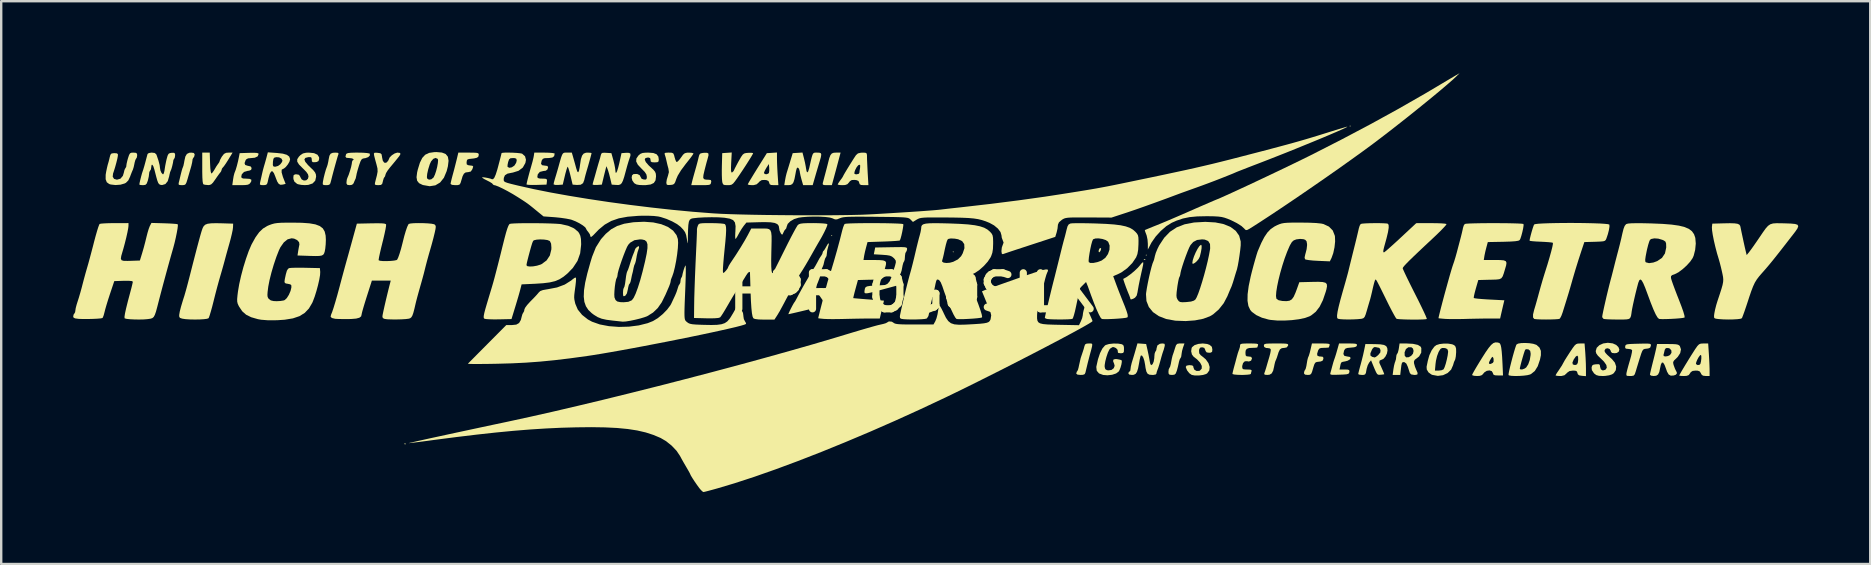
<source format=kicad_pcb>
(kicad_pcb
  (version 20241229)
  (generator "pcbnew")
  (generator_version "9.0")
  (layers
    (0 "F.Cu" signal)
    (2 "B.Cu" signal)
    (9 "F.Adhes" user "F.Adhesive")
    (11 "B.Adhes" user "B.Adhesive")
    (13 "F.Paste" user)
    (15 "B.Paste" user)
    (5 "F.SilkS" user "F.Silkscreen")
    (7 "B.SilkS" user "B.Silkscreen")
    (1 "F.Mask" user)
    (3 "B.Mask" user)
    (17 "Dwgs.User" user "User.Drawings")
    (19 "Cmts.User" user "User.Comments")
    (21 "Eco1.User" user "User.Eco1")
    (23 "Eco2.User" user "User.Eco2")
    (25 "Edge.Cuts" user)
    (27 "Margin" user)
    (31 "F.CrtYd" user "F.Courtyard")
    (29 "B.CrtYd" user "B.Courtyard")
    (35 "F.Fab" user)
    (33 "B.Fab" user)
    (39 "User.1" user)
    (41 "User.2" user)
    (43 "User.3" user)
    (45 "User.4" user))
  (footprint "HPRLOGOSILK"
    (layer "F.Cu")
    (at 35.027 9.141)
    (property "Reference" "HPRLOGOSILK" (at 0 0 0) (layer "F.SilkS") (effects (font (size 1.5 1.5) (thickness 0.3))))
    (attr board_only exclude_from_pos_files exclude_from_bom)
    (fp_poly (pts (xy -3.39 -2.373) (xy -3.412 -2.35) (xy -3.435 -2.373) (xy -3.412 -2.395)) (stroke (width 0) (type solid)) (fill yes) (layer "F.SilkS"))
    (fp_poly (pts (xy 1.672 -1.695) (xy 1.65 -1.672) (xy 1.627 -1.695) (xy 1.65 -1.717)) (stroke (width 0) (type solid)) (fill yes) (layer "F.SilkS"))
    (fp_poly (pts (xy 9.717 -1.559) (xy 9.694 -1.537) (xy 9.672 -1.559) (xy 9.694 -1.582)) (stroke (width 0) (type solid)) (fill yes) (layer "F.SilkS"))
    (fp_poly (pts (xy 18.214 -6.938) (xy 18.191 -6.915) (xy 18.169 -6.938) (xy 18.191 -6.96)) (stroke (width 0) (type solid)) (fill yes) (layer "F.SilkS"))
    (fp_poly (pts (xy -21.167 6.297) (xy -21.173 6.324) (xy -21.197 6.327) (xy -21.234 6.311) (xy -21.227 6.297) (xy -21.173 6.292)) (stroke (width 0) (type solid)) (fill yes) (layer "F.SilkS"))
    (fp_poly (pts (xy 9.657 -1.386) (xy 9.651 -1.359) (xy 9.627 -1.356) (xy 9.589 -1.372) (xy 9.597 -1.386) (xy 9.65 -1.391)) (stroke (width 0) (type solid)) (fill yes) (layer "F.SilkS"))
    (fp_poly (pts (xy 7.815 -1.841) (xy 7.807 -1.787) (xy 7.791 -1.744) (xy 7.747 -1.678) (xy 7.713 -1.689) (xy 7.715 -1.763) (xy 7.751 -1.836) (xy 7.779 -1.853)) (stroke (width 0) (type solid)) (fill yes) (layer "F.SilkS"))
    (fp_poly (pts (xy 12.004 -1.949) (xy 12.001 -1.841) (xy 11.975 -1.686) (xy 11.929 -1.501) (xy 11.926 -1.49) (xy 11.881 -1.401) (xy 11.809 -1.312) (xy 11.728 -1.239) (xy 11.658 -1.199) (xy 11.619 -1.208) (xy 11.615 -1.225) (xy 11.634 -1.347) (xy 11.684 -1.501) (xy 11.753 -1.664) (xy 11.831 -1.815) (xy 11.907 -1.93) (xy 11.97 -1.986) (xy 11.982 -1.989)) (stroke (width 0) (type solid)) (fill yes) (layer "F.SilkS"))
    (fp_poly (pts (xy -3.125 -5.525) (xy -3.178 -5.326) (xy -3.241 -5.089) (xy -3.303 -4.862) (xy -3.307 -4.847) (xy -3.408 -4.474) (xy -3.608 -4.474) (xy -3.73 -4.478) (xy -3.783 -4.499) (xy -3.788 -4.548) (xy -3.782 -4.576) (xy -3.756 -4.674) (xy -3.717 -4.823) (xy -3.683 -4.949) (xy -3.635 -5.131) (xy -3.589 -5.308) (xy -3.566 -5.401) (xy -3.515 -5.6) (xy -3.466 -5.726) (xy -3.408 -5.796) (xy -3.328 -5.825) (xy -3.234 -5.83) (xy -3.044 -5.83)) (stroke (width 0) (type solid)) (fill yes) (layer "F.SilkS"))
    (fp_poly (pts (xy 7.425 2.131) (xy 7.445 2.163) (xy 7.439 2.234) (xy 7.409 2.36) (xy 7.356 2.555) (xy 7.344 2.599) (xy 7.262 2.914) (xy 7.183 3.242) (xy 7.162 3.333) (xy 7.131 3.401) (xy 7.06 3.43) (xy 6.959 3.435) (xy 6.832 3.423) (xy 6.781 3.384) (xy 6.779 3.37) (xy 6.803 3.295) (xy 6.819 3.28) (xy 6.849 3.224) (xy 6.879 3.112) (xy 6.888 3.063) (xy 6.962 2.735) (xy 7.053 2.463) (xy 7.09 2.348) (xy 7.116 2.248) (xy 7.147 2.164) (xy 7.212 2.13) (xy 7.305 2.124) (xy 7.379 2.123)) (stroke (width 0) (type solid)) (fill yes) (layer "F.SilkS"))
    (fp_poly (pts (xy 9.573 -1.247) (xy 9.565 -1.158) (xy 9.53 -0.989) (xy 9.512 -0.913) (xy 9.437 -0.573) (xy 9.381 -0.298) (xy 9.34 -0.068) (xy 9.331 -0.01) (xy 9.296 0.13) (xy 9.229 0.214) (xy 9.171 0.251) (xy 9.082 0.286) (xy 9.04 0.282) (xy 9.039 0.278) (xy 9.022 0.214) (xy 8.981 0.103) (xy 8.963 0.062) (xy 8.912 -0.063) (xy 8.855 -0.211) (xy 8.802 -0.358) (xy 8.76 -0.481) (xy 8.738 -0.555) (xy 8.737 -0.567) (xy 8.867 -0.638) (xy 9.03 -0.754) (xy 9.197 -0.891) (xy 9.341 -1.028) (xy 9.401 -1.095) (xy 9.494 -1.21) (xy 9.551 -1.262)) (stroke (width 0) (type solid)) (fill yes) (layer "F.SilkS"))
    (fp_poly (pts (xy -23.995 -5.822) (xy -23.966 -5.791) (xy -23.976 -5.751) (xy -23.995 -5.699) (xy -24.02 -5.616) (xy -24.057 -5.488) (xy -24.109 -5.302) (xy -24.18 -5.044) (xy -24.187 -5.017) (xy -24.227 -4.865) (xy -24.27 -4.696) (xy -24.277 -4.666) (xy -24.311 -4.546) (xy -24.355 -4.491) (xy -24.436 -4.475) (xy -24.482 -4.474) (xy -24.588 -4.48) (xy -24.626 -4.513) (xy -24.621 -4.6) (xy -24.618 -4.621) (xy -24.586 -4.783) (xy -24.541 -4.963) (xy -24.494 -5.127) (xy -24.453 -5.239) (xy -24.449 -5.247) (xy -24.422 -5.334) (xy -24.392 -5.469) (xy -24.381 -5.541) (xy -24.348 -5.699) (xy -24.297 -5.786) (xy -24.207 -5.823) (xy -24.096 -5.83)) (stroke (width 0) (type solid)) (fill yes) (layer "F.SilkS"))
    (fp_poly (pts (xy -30.002 -5.816) (xy -29.966 -5.765) (xy -29.965 -5.743) (xy -29.986 -5.656) (xy -30.01 -5.627) (xy -30.049 -5.563) (xy -30.055 -5.516) (xy -30.068 -5.426) (xy -30.099 -5.289) (xy -30.12 -5.214) (xy -30.171 -5.039) (xy -30.23 -4.837) (xy -30.259 -4.734) (xy -30.304 -4.59) (xy -30.344 -4.512) (xy -30.397 -4.481) (xy -30.481 -4.474) (xy -30.494 -4.474) (xy -30.599 -4.481) (xy -30.635 -4.511) (xy -30.627 -4.576) (xy -30.601 -4.677) (xy -30.566 -4.826) (xy -30.542 -4.926) (xy -30.505 -5.071) (xy -30.472 -5.181) (xy -30.455 -5.22) (xy -30.431 -5.289) (xy -30.405 -5.412) (xy -30.392 -5.49) (xy -30.351 -5.67) (xy -30.287 -5.776) (xy -30.187 -5.824) (xy -30.104 -5.83)) (stroke (width 0) (type solid)) (fill yes) (layer "F.SilkS"))
    (fp_poly (pts (xy 11.228 2.294) (xy 11.187 2.438) (xy 11.166 2.57) (xy 11.165 2.585) (xy 11.15 2.684) (xy 11.123 2.731) (xy 11.09 2.788) (xy 11.057 2.898) (xy 11.052 2.926) (xy 11.015 3.092) (xy 10.97 3.26) (xy 10.968 3.265) (xy 10.924 3.377) (xy 10.867 3.425) (xy 10.768 3.435) (xy 10.667 3.426) (xy 10.627 3.381) (xy 10.621 3.302) (xy 10.633 3.199) (xy 10.661 3.144) (xy 10.691 3.088) (xy 10.721 2.975) (xy 10.732 2.91) (xy 10.76 2.761) (xy 10.79 2.636) (xy 10.801 2.604) (xy 10.837 2.5) (xy 10.882 2.359) (xy 10.895 2.316) (xy 10.936 2.197) (xy 10.985 2.141) (xy 11.068 2.125) (xy 11.12 2.124) (xy 11.288 2.124)) (stroke (width 0) (type solid)) (fill yes) (layer "F.SilkS"))
    (fp_poly (pts (xy -8.554 -5.796) (xy -8.548 -5.721) (xy -8.584 -5.581) (xy -8.59 -5.559) (xy -8.626 -5.434) (xy -8.672 -5.259) (xy -8.719 -5.075) (xy -8.76 -4.895) (xy -8.769 -4.784) (xy -8.737 -4.726) (xy -8.657 -4.704) (xy -8.545 -4.7) (xy -8.456 -4.689) (xy -8.433 -4.64) (xy -8.441 -4.587) (xy -8.455 -4.534) (xy -8.485 -4.5) (xy -8.549 -4.483) (xy -8.666 -4.476) (xy -8.854 -4.474) (xy -8.864 -4.474) (xy -9.267 -4.474) (xy -9.238 -4.599) (xy -9.213 -4.701) (xy -9.17 -4.859) (xy -9.118 -5.043) (xy -9.106 -5.085) (xy -9.051 -5.281) (xy -9.001 -5.468) (xy -8.966 -5.61) (xy -8.963 -5.627) (xy -8.931 -5.741) (xy -8.883 -5.796) (xy -8.788 -5.817) (xy -8.733 -5.822) (xy -8.613 -5.824)) (stroke (width 0) (type solid)) (fill yes) (layer "F.SilkS"))
    (fp_poly (pts (xy -18.35 -5.829) (xy -18.225 -5.822) (xy -18.157 -5.807) (xy -18.129 -5.779) (xy -18.123 -5.743) (xy -18.139 -5.665) (xy -18.197 -5.618) (xy -18.317 -5.589) (xy -18.402 -5.579) (xy -18.531 -5.565) (xy -18.595 -5.543) (xy -18.621 -5.496) (xy -18.631 -5.421) (xy -18.626 -5.343) (xy -18.572 -5.308) (xy -18.496 -5.296) (xy -18.391 -5.283) (xy -18.356 -5.254) (xy -18.376 -5.18) (xy -18.394 -5.133) (xy -18.455 -5.043) (xy -18.562 -5.017) (xy -18.569 -5.017) (xy -18.671 -5.004) (xy -18.742 -4.953) (xy -18.797 -4.848) (xy -18.845 -4.689) (xy -18.884 -4.561) (xy -18.925 -4.498) (xy -18.997 -4.477) (xy -19.101 -4.474) (xy -19.239 -4.487) (xy -19.296 -4.522) (xy -19.298 -4.531) (xy -19.286 -4.599) (xy -19.255 -4.729) (xy -19.212 -4.894) (xy -19.203 -4.926) (xy -19.145 -5.141) (xy -19.087 -5.369) (xy -19.042 -5.548) (xy -18.975 -5.83) (xy -18.549 -5.83)) (stroke (width 0) (type solid)) (fill yes) (layer "F.SilkS"))
    (fp_poly (pts (xy -7.603 -5.408) (xy -7.611 -5.202) (xy -7.609 -5.074) (xy -7.595 -5.011) (xy -7.569 -5.001) (xy -7.568 -5.001) (xy -7.505 -5.059) (xy -7.485 -5.099) (xy -7.451 -5.173) (xy -7.385 -5.301) (xy -7.301 -5.457) (xy -7.281 -5.491) (xy -7.192 -5.648) (xy -7.126 -5.743) (xy -7.065 -5.792) (xy -6.989 -5.813) (xy -6.897 -5.821) (xy -6.774 -5.824) (xy -6.699 -5.814) (xy -6.689 -5.806) (xy -6.713 -5.754) (xy -6.778 -5.642) (xy -6.876 -5.485) (xy -6.996 -5.297) (xy -7.129 -5.094) (xy -7.266 -4.89) (xy -7.336 -4.788) (xy -7.444 -4.636) (xy -7.521 -4.543) (xy -7.586 -4.495) (xy -7.66 -4.477) (xy -7.752 -4.474) (xy -7.876 -4.479) (xy -7.939 -4.507) (xy -7.968 -4.575) (xy -7.977 -4.621) (xy -7.987 -4.726) (xy -7.993 -4.895) (xy -7.994 -5.105) (xy -7.991 -5.288) (xy -7.977 -5.808) (xy -7.779 -5.822) (xy -7.58 -5.836)) (stroke (width 0) (type solid)) (fill yes) (layer "F.SilkS"))
    (fp_poly (pts (xy -19.658 -5.833) (xy -19.502 -5.771) (xy -19.411 -5.659) (xy -19.382 -5.49) (xy -19.41 -5.259) (xy -19.461 -5.059) (xy -19.576 -4.783) (xy -19.734 -4.585) (xy -19.932 -4.467) (xy -20.168 -4.43) (xy -20.437 -4.477) (xy -20.473 -4.488) (xy -20.612 -4.557) (xy -20.692 -4.658) (xy -20.717 -4.804) (xy -20.717 -4.807) (xy -20.285 -4.807) (xy -20.272 -4.748) (xy -20.199 -4.703) (xy -20.102 -4.718) (xy -20.014 -4.788) (xy -20.004 -4.802) (xy -19.951 -4.913) (xy -19.9 -5.065) (xy -19.857 -5.233) (xy -19.829 -5.39) (xy -19.819 -5.511) (xy -19.833 -5.569) (xy -19.923 -5.609) (xy -20.021 -5.57) (xy -20.111 -5.463) (xy -20.165 -5.346) (xy -20.232 -5.13) (xy -20.273 -4.944) (xy -20.285 -4.807) (xy -20.717 -4.807) (xy -20.692 -5.008) (xy -20.663 -5.13) (xy -20.577 -5.409) (xy -20.478 -5.61) (xy -20.355 -5.742) (xy -20.194 -5.819) (xy -19.984 -5.85) (xy -19.882 -5.853)) (stroke (width 0) (type solid)) (fill yes) (layer "F.SilkS"))
    (fp_poly (pts (xy -5.695 -5.568) (xy -5.691 -5.395) (xy -5.682 -5.173) (xy -5.669 -4.944) (xy -5.665 -4.888) (xy -5.636 -4.474) (xy -5.82 -4.474) (xy -5.941 -4.482) (xy -5.999 -4.514) (xy -6.019 -4.576) (xy -6.049 -4.648) (xy -6.129 -4.683) (xy -6.198 -4.691) (xy -6.328 -4.686) (xy -6.418 -4.63) (xy -6.453 -4.59) (xy -6.542 -4.509) (xy -6.66 -4.477) (xy -6.729 -4.474) (xy -6.843 -4.482) (xy -6.907 -4.5) (xy -6.912 -4.508) (xy -6.888 -4.556) (xy -6.824 -4.667) (xy -6.727 -4.827) (xy -6.632 -4.983) (xy -6.237 -4.983) (xy -6.203 -4.937) (xy -6.129 -4.929) (xy -6.056 -4.956) (xy -6.029 -4.99) (xy -6.016 -5.077) (xy -6.019 -5.2) (xy -6.019 -5.205) (xy -6.034 -5.356) (xy -6.135 -5.198) (xy -6.199 -5.085) (xy -6.235 -4.998) (xy -6.237 -4.983) (xy -6.632 -4.983) (xy -6.607 -5.023) (xy -6.513 -5.175) (xy -6.117 -5.808) (xy -5.906 -5.821) (xy -5.695 -5.835)) (stroke (width 0) (type solid)) (fill yes) (layer "F.SilkS"))
    (fp_poly (pts (xy -29.322 -5.39) (xy -29.312 -5.184) (xy -29.295 -5.039) (xy -29.274 -4.966) (xy -29.264 -4.96) (xy -29.216 -5.004) (xy -29.151 -5.1) (xy -29.129 -5.139) (xy -29.058 -5.26) (xy -28.994 -5.353) (xy -28.982 -5.368) (xy -28.933 -5.442) (xy -28.925 -5.473) (xy -28.902 -5.534) (xy -28.846 -5.637) (xy -28.824 -5.672) (xy -28.741 -5.777) (xy -28.653 -5.822) (xy -28.553 -5.83) (xy -28.384 -5.83) (xy -28.57 -5.525) (xy -28.662 -5.38) (xy -28.74 -5.268) (xy -28.789 -5.209) (xy -28.795 -5.205) (xy -28.832 -5.153) (xy -28.835 -5.129) (xy -28.864 -5.046) (xy -28.891 -5.009) (xy -28.946 -4.94) (xy -29.029 -4.824) (xy -29.106 -4.712) (xy -29.202 -4.578) (xy -29.277 -4.506) (xy -29.352 -4.48) (xy -29.4 -4.478) (xy -29.517 -4.488) (xy -29.592 -4.504) (xy -29.616 -4.541) (xy -29.633 -4.637) (xy -29.643 -4.799) (xy -29.648 -5.038) (xy -29.648 -5.179) (xy -29.648 -5.83) (xy -29.492 -5.83) (xy -29.335 -5.83)) (stroke (width 0) (type solid)) (fill yes) (layer "F.SilkS"))
    (fp_poly (pts (xy -27.372 -5.817) (xy -27.311 -5.798) (xy -27.298 -5.773) (xy -27.338 -5.675) (xy -27.456 -5.618) (xy -27.599 -5.604) (xy -27.74 -5.591) (xy -27.819 -5.546) (xy -27.839 -5.517) (xy -27.885 -5.392) (xy -27.857 -5.316) (xy -27.752 -5.281) (xy -27.739 -5.279) (xy -27.632 -5.255) (xy -27.594 -5.198) (xy -27.592 -5.175) (xy -27.613 -5.11) (xy -27.692 -5.078) (xy -27.75 -5.071) (xy -27.907 -5.025) (xy -28 -4.926) (xy -28.021 -4.827) (xy -28.005 -4.775) (xy -27.939 -4.751) (xy -27.821 -4.746) (xy -27.67 -4.736) (xy -27.601 -4.701) (xy -27.605 -4.634) (xy -27.642 -4.572) (xy -27.688 -4.521) (xy -27.754 -4.492) (xy -27.864 -4.478) (xy -28.039 -4.474) (xy -28.052 -4.474) (xy -28.395 -4.474) (xy -28.364 -4.704) (xy -28.339 -4.853) (xy -28.308 -4.972) (xy -28.294 -5.009) (xy -28.254 -5.112) (xy -28.205 -5.277) (xy -28.155 -5.477) (xy -28.119 -5.649) (xy -28.088 -5.808) (xy -27.693 -5.821) (xy -27.495 -5.824)) (stroke (width 0) (type solid)) (fill yes) (layer "F.SilkS"))
    (fp_poly (pts (xy 15.335 2.125) (xy 15.481 2.129) (xy 15.566 2.14) (xy 15.604 2.159) (xy 15.611 2.19) (xy 15.606 2.215) (xy 15.547 2.289) (xy 15.463 2.306) (xy 15.344 2.32) (xy 15.267 2.373) (xy 15.211 2.486) (xy 15.183 2.576) (xy 15.141 2.708) (xy 15.104 2.803) (xy 15.093 2.825) (xy 15.066 2.894) (xy 15.037 3.016) (xy 15.027 3.072) (xy 14.984 3.259) (xy 14.924 3.371) (xy 14.835 3.425) (xy 14.741 3.435) (xy 14.64 3.427) (xy 14.61 3.396) (xy 14.62 3.356) (xy 14.651 3.267) (xy 14.694 3.131) (xy 14.717 3.051) (xy 14.766 2.882) (xy 14.814 2.721) (xy 14.83 2.667) (xy 14.864 2.534) (xy 14.884 2.425) (xy 14.884 2.419) (xy 14.881 2.359) (xy 14.842 2.329) (xy 14.744 2.314) (xy 14.689 2.311) (xy 14.612 2.271) (xy 14.598 2.215) (xy 14.604 2.176) (xy 14.631 2.15) (xy 14.694 2.134) (xy 14.81 2.127) (xy 14.993 2.124) (xy 15.114 2.124)) (stroke (width 0) (type solid)) (fill yes) (layer "F.SilkS"))
    (fp_poly (pts (xy 30.673 2.136) (xy 30.716 2.153) (xy 30.729 2.183) (xy 30.725 2.224) (xy 30.696 2.298) (xy 30.617 2.332) (xy 30.547 2.341) (xy 30.467 2.351) (xy 30.412 2.376) (xy 30.37 2.433) (xy 30.327 2.54) (xy 30.271 2.715) (xy 30.267 2.725) (xy 30.206 2.925) (xy 30.147 3.117) (xy 30.103 3.266) (xy 30.096 3.288) (xy 30.056 3.407) (xy 30.009 3.463) (xy 29.924 3.479) (xy 29.864 3.48) (xy 29.75 3.476) (xy 29.705 3.45) (xy 29.707 3.379) (xy 29.715 3.333) (xy 29.742 3.221) (xy 29.787 3.054) (xy 29.842 2.864) (xy 29.857 2.813) (xy 29.905 2.64) (xy 29.936 2.497) (xy 29.945 2.41) (xy 29.942 2.395) (xy 29.881 2.363) (xy 29.778 2.35) (xy 29.683 2.34) (xy 29.654 2.295) (xy 29.657 2.248) (xy 29.667 2.205) (xy 29.694 2.176) (xy 29.753 2.157) (xy 29.86 2.146) (xy 30.03 2.139) (xy 30.205 2.134) (xy 30.432 2.129) (xy 30.583 2.129)) (stroke (width 0) (type solid)) (fill yes) (layer "F.SilkS"))
    (fp_poly (pts (xy -10.081 -5.826) (xy -10.016 -5.797) (xy -9.982 -5.72) (xy -9.963 -5.641) (xy -9.927 -5.522) (xy -9.888 -5.448) (xy -9.875 -5.438) (xy -9.827 -5.464) (xy -9.752 -5.547) (xy -9.694 -5.626) (xy -9.608 -5.745) (xy -9.536 -5.805) (xy -9.445 -5.827) (xy -9.367 -5.829) (xy -9.249 -5.822) (xy -9.182 -5.803) (xy -9.175 -5.793) (xy -9.202 -5.745) (xy -9.274 -5.643) (xy -9.382 -5.503) (xy -9.496 -5.36) (xy -9.694 -5.095) (xy -9.832 -4.868) (xy -9.891 -4.73) (xy -9.939 -4.595) (xy -9.985 -4.523) (xy -10.052 -4.493) (xy -10.135 -4.483) (xy -10.246 -4.48) (xy -10.294 -4.506) (xy -10.305 -4.577) (xy -10.305 -4.586) (xy -10.287 -4.709) (xy -10.244 -4.849) (xy -10.24 -4.859) (xy -10.199 -5.018) (xy -10.219 -5.162) (xy -10.259 -5.31) (xy -10.297 -5.474) (xy -10.301 -5.491) (xy -10.333 -5.628) (xy -10.366 -5.736) (xy -10.372 -5.751) (xy -10.38 -5.8) (xy -10.339 -5.824) (xy -10.23 -5.83) (xy -10.205 -5.83)) (stroke (width 0) (type solid)) (fill yes) (layer "F.SilkS"))
    (fp_poly (pts (xy -15.201 -5.826) (xy -15.057 -5.815) (xy -14.973 -5.799) (xy -14.96 -5.789) (xy -14.981 -5.683) (xy -15.054 -5.626) (xy -15.195 -5.605) (xy -15.237 -5.604) (xy -15.374 -5.599) (xy -15.449 -5.574) (xy -15.492 -5.516) (xy -15.504 -5.487) (xy -15.529 -5.369) (xy -15.487 -5.307) (xy -15.369 -5.288) (xy -15.364 -5.288) (xy -15.262 -5.274) (xy -15.234 -5.221) (xy -15.258 -5.133) (xy -15.326 -5.078) (xy -15.438 -5.062) (xy -15.581 -5.026) (xy -15.665 -4.924) (xy -15.683 -4.816) (xy -15.66 -4.771) (xy -15.577 -4.749) (xy -15.477 -4.746) (xy -15.351 -4.742) (xy -15.293 -4.722) (xy -15.28 -4.67) (xy -15.284 -4.621) (xy -15.299 -4.497) (xy -15.717 -4.484) (xy -15.898 -4.482) (xy -16.04 -4.487) (xy -16.121 -4.498) (xy -16.133 -4.507) (xy -16.12 -4.577) (xy -16.088 -4.711) (xy -16.043 -4.884) (xy -15.992 -5.072) (xy -15.94 -5.252) (xy -15.93 -5.288) (xy -15.883 -5.456) (xy -15.845 -5.613) (xy -15.831 -5.683) (xy -15.809 -5.83) (xy -15.384 -5.83)) (stroke (width 0) (type solid)) (fill yes) (layer "F.SilkS"))
    (fp_poly (pts (xy -22.946 -5.826) (xy -22.781 -5.813) (xy -22.684 -5.795) (xy -22.664 -5.783) (xy -22.663 -5.71) (xy -22.73 -5.643) (xy -22.846 -5.601) (xy -22.881 -5.596) (xy -22.955 -5.582) (xy -23.008 -5.546) (xy -23.052 -5.468) (xy -23.102 -5.33) (xy -23.123 -5.265) (xy -23.173 -5.099) (xy -23.211 -4.958) (xy -23.227 -4.872) (xy -23.228 -4.869) (xy -23.251 -4.76) (xy -23.273 -4.711) (xy -23.322 -4.601) (xy -23.339 -4.553) (xy -23.404 -4.489) (xy -23.5 -4.474) (xy -23.598 -4.486) (xy -23.634 -4.537) (xy -23.637 -4.588) (xy -23.622 -4.71) (xy -23.598 -4.78) (xy -23.544 -4.907) (xy -23.49 -5.07) (xy -23.443 -5.235) (xy -23.415 -5.369) (xy -23.411 -5.412) (xy -23.393 -5.492) (xy -23.364 -5.514) (xy -23.337 -5.542) (xy -23.344 -5.559) (xy -23.404 -5.59) (xy -23.513 -5.604) (xy -23.527 -5.604) (xy -23.64 -5.615) (xy -23.679 -5.659) (xy -23.657 -5.754) (xy -23.655 -5.759) (xy -23.627 -5.792) (xy -23.564 -5.813) (xy -23.449 -5.825) (xy -23.266 -5.83) (xy -23.161 -5.83)) (stroke (width 0) (type solid)) (fill yes) (layer "F.SilkS"))
    (fp_poly (pts (xy 17.169 2.126) (xy 17.281 2.135) (xy 17.333 2.152) (xy 17.341 2.183) (xy 17.337 2.196) (xy 17.313 2.268) (xy 17.31 2.286) (xy 17.27 2.297) (xy 17.167 2.304) (xy 17.105 2.305) (xy 16.974 2.312) (xy 16.903 2.342) (xy 16.861 2.41) (xy 16.857 2.421) (xy 16.816 2.558) (xy 16.83 2.635) (xy 16.904 2.664) (xy 16.952 2.667) (xy 17.048 2.677) (xy 17.079 2.72) (xy 17.076 2.768) (xy 17.047 2.839) (xy 16.97 2.874) (xy 16.891 2.884) (xy 16.797 2.896) (xy 16.738 2.927) (xy 16.698 2.999) (xy 16.656 3.132) (xy 16.647 3.166) (xy 16.603 3.314) (xy 16.564 3.394) (xy 16.514 3.428) (xy 16.435 3.435) (xy 16.421 3.435) (xy 16.315 3.423) (xy 16.274 3.38) (xy 16.27 3.347) (xy 16.289 3.262) (xy 16.311 3.234) (xy 16.34 3.178) (xy 16.369 3.063) (xy 16.384 2.972) (xy 16.408 2.829) (xy 16.435 2.722) (xy 16.449 2.689) (xy 16.476 2.623) (xy 16.513 2.499) (xy 16.541 2.384) (xy 16.601 2.124) (xy 16.983 2.124)) (stroke (width 0) (type solid)) (fill yes) (layer "F.SilkS"))
    (fp_poly (pts (xy 24.338 2.083) (xy 24.401 2.1) (xy 24.437 2.127) (xy 24.466 2.19) (xy 24.49 2.297) (xy 24.51 2.46) (xy 24.528 2.687) (xy 24.544 2.988) (xy 24.555 3.231) (xy 24.564 3.457) (xy 24.36 3.457) (xy 24.233 3.451) (xy 24.169 3.425) (xy 24.144 3.367) (xy 24.143 3.356) (xy 24.095 3.277) (xy 24 3.247) (xy 23.888 3.264) (xy 23.786 3.329) (xy 23.755 3.367) (xy 23.688 3.441) (xy 23.595 3.474) (xy 23.478 3.48) (xy 23.357 3.471) (xy 23.285 3.448) (xy 23.276 3.435) (xy 23.299 3.383) (xy 23.362 3.268) (xy 23.457 3.105) (xy 23.541 2.967) (xy 23.978 2.967) (xy 24.037 2.977) (xy 24.055 2.975) (xy 24.141 2.931) (xy 24.172 2.879) (xy 24.171 2.767) (xy 24.159 2.724) (xy 24.132 2.678) (xy 24.095 2.707) (xy 24.073 2.738) (xy 24.011 2.846) (xy 23.984 2.907) (xy 23.978 2.967) (xy 23.541 2.967) (xy 23.577 2.907) (xy 23.669 2.758) (xy 23.833 2.499) (xy 23.964 2.311) (xy 24.07 2.184) (xy 24.161 2.109) (xy 24.247 2.079)) (stroke (width 0) (type solid)) (fill yes) (layer "F.SilkS"))
    (fp_poly (pts (xy -21.41 -5.818) (xy -21.385 -5.775) (xy -21.432 -5.69) (xy -21.467 -5.645) (xy -21.542 -5.553) (xy -21.592 -5.491) (xy -21.638 -5.435) (xy -21.723 -5.332) (xy -21.819 -5.217) (xy -21.918 -5.089) (xy -21.987 -4.978) (xy -22.01 -4.915) (xy -22.032 -4.836) (xy -22.05 -4.817) (xy -22.085 -4.759) (xy -22.117 -4.651) (xy -22.12 -4.633) (xy -22.149 -4.527) (xy -22.202 -4.483) (xy -22.311 -4.474) (xy -22.417 -4.481) (xy -22.455 -4.511) (xy -22.447 -4.576) (xy -22.421 -4.682) (xy -22.383 -4.828) (xy -22.368 -4.886) (xy -22.34 -5.035) (xy -22.345 -5.17) (xy -22.386 -5.338) (xy -22.386 -5.338) (xy -22.431 -5.5) (xy -22.469 -5.647) (xy -22.484 -5.709) (xy -22.495 -5.791) (xy -22.468 -5.824) (xy -22.379 -5.825) (xy -22.34 -5.822) (xy -22.227 -5.805) (xy -22.176 -5.763) (xy -22.157 -5.665) (xy -22.155 -5.642) (xy -22.123 -5.494) (xy -22.065 -5.412) (xy -21.989 -5.406) (xy -21.944 -5.438) (xy -21.888 -5.51) (xy -21.875 -5.545) (xy -21.837 -5.629) (xy -21.746 -5.72) (xy -21.63 -5.795) (xy -21.521 -5.83) (xy -21.511 -5.83)) (stroke (width 0) (type solid)) (fill yes) (layer "F.SilkS"))
    (fp_poly (pts (xy -11.448 -1.926) (xy -11.443 -1.869) (xy -11.469 -1.791) (xy -11.505 -1.682) (xy -11.539 -1.53) (xy -11.55 -1.463) (xy -11.575 -1.325) (xy -11.603 -1.224) (xy -11.615 -1.198) (xy -11.646 -1.125) (xy -11.675 -1.008) (xy -11.677 -0.994) (xy -11.7 -0.876) (xy -11.72 -0.796) (xy -11.722 -0.791) (xy -11.74 -0.721) (xy -11.764 -0.6) (xy -11.773 -0.554) (xy -11.801 -0.437) (xy -11.832 -0.369) (xy -11.843 -0.362) (xy -11.868 -0.321) (xy -11.895 -0.217) (xy -11.909 -0.135) (xy -11.95 0.038) (xy -12.014 0.13) (xy -12.026 0.138) (xy -12.081 0.158) (xy -12.106 0.127) (xy -12.112 0.028) (xy -12.112 0.004) (xy -12.104 -0.115) (xy -12.081 -0.191) (xy -12.074 -0.199) (xy -12.05 -0.253) (xy -12.025 -0.372) (xy -12.004 -0.528) (xy -11.983 -0.689) (xy -11.958 -0.816) (xy -11.936 -0.879) (xy -11.904 -0.945) (xy -11.86 -1.07) (xy -11.82 -1.198) (xy -11.766 -1.37) (xy -11.711 -1.529) (xy -11.678 -1.611) (xy -11.636 -1.716) (xy -11.616 -1.781) (xy -11.615 -1.784) (xy -11.587 -1.841) (xy -11.525 -1.9) (xy -11.466 -1.93)) (stroke (width 0) (type solid)) (fill yes) (layer "F.SilkS"))
    (fp_poly (pts (xy 33.144 2.565) (xy 33.157 2.788) (xy 33.167 3.008) (xy 33.173 3.189) (xy 33.173 3.243) (xy 33.174 3.48) (xy 33.014 3.48) (xy 32.897 3.466) (xy 32.833 3.412) (xy 32.812 3.367) (xy 32.766 3.291) (xy 32.686 3.259) (xy 32.595 3.254) (xy 32.467 3.268) (xy 32.391 3.319) (xy 32.36 3.367) (xy 32.304 3.441) (xy 32.219 3.474) (xy 32.104 3.48) (xy 31.985 3.476) (xy 31.916 3.465) (xy 31.908 3.459) (xy 31.931 3.413) (xy 31.991 3.306) (xy 32.08 3.156) (xy 32.187 2.978) (xy 32.19 2.974) (xy 32.605 2.974) (xy 32.609 2.983) (xy 32.676 3.025) (xy 32.755 3.012) (xy 32.791 2.972) (xy 32.816 2.869) (xy 32.83 2.748) (xy 32.829 2.646) (xy 32.814 2.6) (xy 32.774 2.621) (xy 32.717 2.697) (xy 32.66 2.801) (xy 32.618 2.903) (xy 32.605 2.974) (xy 32.19 2.974) (xy 32.303 2.789) (xy 32.417 2.606) (xy 32.52 2.444) (xy 32.573 2.361) (xy 32.664 2.231) (xy 32.734 2.16) (xy 32.809 2.13) (xy 32.915 2.124) (xy 32.923 2.124) (xy 33.115 2.124)) (stroke (width 0) (type solid)) (fill yes) (layer "F.SilkS"))
    (fp_poly (pts (xy 18.297 2.126) (xy 18.409 2.134) (xy 18.464 2.153) (xy 18.479 2.184) (xy 18.477 2.203) (xy 18.445 2.253) (xy 18.362 2.282) (xy 18.223 2.296) (xy 18.079 2.31) (xy 17.998 2.338) (xy 17.954 2.394) (xy 17.939 2.428) (xy 17.911 2.562) (xy 17.953 2.64) (xy 18.068 2.666) (xy 18.077 2.667) (xy 18.182 2.685) (xy 18.214 2.732) (xy 18.18 2.789) (xy 18.088 2.843) (xy 17.988 2.87) (xy 17.875 2.891) (xy 17.821 2.92) (xy 17.796 2.984) (xy 17.779 3.065) (xy 17.751 3.209) (xy 17.963 3.209) (xy 18.091 3.213) (xy 18.151 3.233) (xy 18.164 3.279) (xy 18.161 3.311) (xy 18.148 3.359) (xy 18.114 3.39) (xy 18.041 3.409) (xy 17.91 3.419) (xy 17.745 3.425) (xy 17.554 3.431) (xy 17.438 3.429) (xy 17.379 3.417) (xy 17.363 3.39) (xy 17.373 3.343) (xy 17.375 3.335) (xy 17.407 3.223) (xy 17.445 3.079) (xy 17.453 3.051) (xy 17.491 2.911) (xy 17.528 2.796) (xy 17.535 2.78) (xy 17.566 2.689) (xy 17.611 2.546) (xy 17.651 2.407) (xy 17.731 2.124) (xy 18.111 2.124)) (stroke (width 0) (type solid)) (fill yes) (layer "F.SilkS"))
    (fp_poly (pts (xy 27.992 2.497) (xy 28.006 2.725) (xy 28.017 2.968) (xy 28.021 3.174) (xy 28.021 3.178) (xy 28.021 3.486) (xy 27.852 3.472) (xy 27.734 3.451) (xy 27.68 3.403) (xy 27.668 3.356) (xy 27.643 3.288) (xy 27.578 3.259) (xy 27.479 3.254) (xy 27.335 3.274) (xy 27.235 3.344) (xy 27.216 3.367) (xy 27.127 3.447) (xy 27.007 3.478) (xy 26.941 3.48) (xy 26.826 3.474) (xy 26.761 3.46) (xy 26.756 3.453) (xy 26.78 3.402) (xy 26.839 3.31) (xy 26.858 3.285) (xy 27.018 3.043) (xy 27.084 2.921) (xy 27.457 2.921) (xy 27.474 2.999) (xy 27.559 3.022) (xy 27.585 3.019) (xy 27.649 2.994) (xy 27.682 2.925) (xy 27.697 2.809) (xy 27.693 2.677) (xy 27.659 2.63) (xy 27.598 2.668) (xy 27.512 2.79) (xy 27.51 2.793) (xy 27.457 2.921) (xy 27.084 2.921) (xy 27.1 2.893) (xy 27.137 2.826) (xy 27.212 2.706) (xy 27.311 2.552) (xy 27.361 2.475) (xy 27.471 2.311) (xy 27.549 2.208) (xy 27.613 2.152) (xy 27.678 2.129) (xy 27.763 2.125) (xy 27.777 2.125) (xy 27.963 2.124)) (stroke (width 0) (type solid)) (fill yes) (layer "F.SilkS"))
    (fp_poly (pts (xy 12.235 2.145) (xy 12.338 2.183) (xy 12.428 2.261) (xy 12.451 2.374) (xy 12.44 2.47) (xy 12.386 2.505) (xy 12.316 2.511) (xy 12.214 2.496) (xy 12.167 2.435) (xy 12.157 2.398) (xy 12.114 2.307) (xy 12.022 2.282) (xy 11.94 2.299) (xy 11.903 2.366) (xy 11.895 2.423) (xy 11.904 2.537) (xy 11.971 2.619) (xy 12.008 2.645) (xy 12.177 2.786) (xy 12.288 2.944) (xy 12.338 3.104) (xy 12.322 3.25) (xy 12.238 3.365) (xy 12.192 3.396) (xy 12.063 3.436) (xy 11.889 3.458) (xy 11.715 3.457) (xy 11.59 3.434) (xy 11.489 3.363) (xy 11.399 3.248) (xy 11.348 3.129) (xy 11.344 3.097) (xy 11.376 3.047) (xy 11.481 3.028) (xy 11.502 3.028) (xy 11.612 3.038) (xy 11.656 3.078) (xy 11.66 3.117) (xy 11.698 3.214) (xy 11.79 3.27) (xy 11.903 3.266) (xy 11.932 3.254) (xy 12.007 3.173) (xy 12.01 3.06) (xy 11.943 2.927) (xy 11.814 2.787) (xy 11.672 2.678) (xy 11.599 2.583) (xy 11.567 2.448) (xy 11.586 2.315) (xy 11.605 2.278) (xy 11.708 2.194) (xy 11.867 2.142) (xy 12.053 2.124)) (stroke (width 0) (type solid)) (fill yes) (layer "F.SilkS"))
    (fp_poly (pts (xy 25.664 2.113) (xy 25.826 2.138) (xy 25.947 2.178) (xy 25.966 2.188) (xy 26.085 2.296) (xy 26.142 2.432) (xy 26.143 2.613) (xy 26.106 2.795) (xy 26.012 3.072) (xy 25.89 3.27) (xy 25.734 3.396) (xy 25.689 3.417) (xy 25.581 3.445) (xy 25.427 3.465) (xy 25.248 3.477) (xy 25.072 3.48) (xy 24.92 3.473) (xy 24.82 3.456) (xy 24.794 3.441) (xy 24.797 3.387) (xy 24.82 3.265) (xy 24.84 3.178) (xy 25.264 3.178) (xy 25.298 3.209) (xy 25.378 3.203) (xy 25.472 3.166) (xy 25.533 3.121) (xy 25.616 2.992) (xy 25.681 2.809) (xy 25.714 2.606) (xy 25.716 2.545) (xy 25.697 2.431) (xy 25.631 2.375) (xy 25.621 2.371) (xy 25.532 2.363) (xy 25.492 2.38) (xy 25.468 2.435) (xy 25.429 2.552) (xy 25.383 2.706) (xy 25.336 2.872) (xy 25.296 3.024) (xy 25.27 3.136) (xy 25.264 3.178) (xy 24.84 3.178) (xy 24.859 3.096) (xy 24.909 2.898) (xy 24.963 2.691) (xy 25.018 2.494) (xy 25.068 2.327) (xy 25.108 2.209) (xy 25.125 2.169) (xy 25.192 2.13) (xy 25.321 2.108) (xy 25.487 2.103)) (stroke (width 0) (type solid)) (fill yes) (layer "F.SilkS"))
    (fp_poly (pts (xy -24.989 -5.808) (xy -24.846 -5.743) (xy -24.779 -5.638) (xy -24.776 -5.566) (xy -24.803 -5.479) (xy -24.876 -5.441) (xy -24.937 -5.432) (xy -25.038 -5.43) (xy -25.077 -5.466) (xy -25.084 -5.536) (xy -25.094 -5.617) (xy -25.143 -5.644) (xy -25.23 -5.641) (xy -25.349 -5.611) (xy -25.391 -5.547) (xy -25.355 -5.449) (xy -25.24 -5.311) (xy -25.155 -5.228) (xy -25.022 -5.1) (xy -24.946 -5.005) (xy -24.911 -4.921) (xy -24.902 -4.828) (xy -24.939 -4.66) (xy -25.049 -4.545) (xy -25.229 -4.485) (xy -25.372 -4.476) (xy -25.525 -4.486) (xy -25.652 -4.512) (xy -25.694 -4.528) (xy -25.802 -4.613) (xy -25.847 -4.725) (xy -25.851 -4.802) (xy -25.839 -4.891) (xy -25.78 -4.923) (xy -25.721 -4.926) (xy -25.617 -4.906) (xy -25.567 -4.833) (xy -25.563 -4.816) (xy -25.504 -4.713) (xy -25.413 -4.667) (xy -25.316 -4.676) (xy -25.243 -4.74) (xy -25.219 -4.834) (xy -25.24 -4.924) (xy -25.311 -5.028) (xy -25.444 -5.163) (xy -25.471 -5.189) (xy -25.617 -5.336) (xy -25.689 -5.453) (xy -25.689 -5.555) (xy -25.62 -5.661) (xy -25.552 -5.729) (xy -25.45 -5.796) (xy -25.318 -5.826) (xy -25.204 -5.83)) (stroke (width 0) (type solid)) (fill yes) (layer "F.SilkS"))
    (fp_poly (pts (xy -4.57 -5.595) (xy -4.529 -5.421) (xy -4.496 -5.252) (xy -4.486 -5.186) (xy -4.461 -5.05) (xy -4.429 -5.005) (xy -4.393 -5.05) (xy -4.351 -5.184) (xy -4.34 -5.233) (xy -4.287 -5.472) (xy -4.247 -5.638) (xy -4.214 -5.743) (xy -4.181 -5.801) (xy -4.139 -5.825) (xy -4.082 -5.831) (xy -4.021 -5.83) (xy -3.922 -5.826) (xy -3.866 -5.804) (xy -3.849 -5.747) (xy -3.866 -5.639) (xy -3.916 -5.465) (xy -3.93 -5.42) (xy -3.99 -5.218) (xy -4.059 -4.985) (xy -4.112 -4.802) (xy -4.207 -4.474) (xy -4.405 -4.474) (xy -4.604 -4.474) (xy -4.675 -4.719) (xy -4.714 -4.871) (xy -4.74 -4.999) (xy -4.746 -5.052) (xy -4.776 -5.153) (xy -4.808 -5.193) (xy -4.845 -5.207) (xy -4.873 -5.169) (xy -4.901 -5.066) (xy -4.924 -4.942) (xy -4.965 -4.731) (xy -5.007 -4.595) (xy -5.06 -4.517) (xy -5.134 -4.482) (xy -5.227 -4.474) (xy -5.39 -4.474) (xy -5.36 -4.666) (xy -5.33 -4.825) (xy -5.294 -4.971) (xy -5.287 -4.994) (xy -5.253 -5.104) (xy -5.203 -5.267) (xy -5.147 -5.45) (xy -5.142 -5.469) (xy -5.039 -5.808) (xy -4.836 -5.821) (xy -4.632 -5.834)) (stroke (width 0) (type solid)) (fill yes) (layer "F.SilkS"))
    (fp_poly (pts (xy 22.287 2.131) (xy 22.445 2.158) (xy 22.53 2.195) (xy 22.583 2.253) (xy 22.608 2.34) (xy 22.611 2.482) (xy 22.609 2.517) (xy 22.597 2.665) (xy 22.575 2.779) (xy 22.558 2.82) (xy 22.522 2.896) (xy 22.487 3.014) (xy 22.485 3.024) (xy 22.402 3.213) (xy 22.256 3.356) (xy 22.065 3.446) (xy 21.848 3.475) (xy 21.623 3.434) (xy 21.576 3.415) (xy 21.459 3.329) (xy 21.414 3.254) (xy 21.727 3.254) (xy 21.886 3.254) (xy 22.005 3.239) (xy 22.084 3.203) (xy 22.089 3.198) (xy 22.131 3.11) (xy 22.179 2.965) (xy 22.223 2.792) (xy 22.258 2.622) (xy 22.275 2.487) (xy 22.275 2.438) (xy 22.242 2.356) (xy 22.158 2.319) (xy 22.114 2.314) (xy 22.022 2.314) (xy 21.959 2.35) (xy 21.899 2.443) (xy 21.873 2.494) (xy 21.815 2.651) (xy 21.769 2.846) (xy 21.752 2.972) (xy 21.727 3.254) (xy 21.414 3.254) (xy 21.387 3.209) (xy 21.379 3.096) (xy 21.393 3.027) (xy 21.418 2.906) (xy 21.429 2.85) (xy 21.495 2.614) (xy 21.591 2.408) (xy 21.703 2.255) (xy 21.787 2.191) (xy 21.924 2.148) (xy 22.102 2.128)) (stroke (width 0) (type solid)) (fill yes) (layer "F.SilkS"))
    (fp_poly (pts (xy 29.137 2.12) (xy 29.139 2.121) (xy 29.282 2.185) (xy 29.374 2.276) (xy 29.412 2.373) (xy 29.392 2.46) (xy 29.311 2.518) (xy 29.219 2.531) (xy 29.111 2.519) (xy 29.063 2.471) (xy 29.053 2.429) (xy 29.008 2.355) (xy 28.926 2.324) (xy 28.844 2.34) (xy 28.799 2.404) (xy 28.8 2.456) (xy 28.833 2.515) (xy 28.908 2.597) (xy 29.038 2.716) (xy 29.097 2.768) (xy 29.225 2.92) (xy 29.281 3.083) (xy 29.266 3.236) (xy 29.179 3.363) (xy 29.108 3.411) (xy 28.986 3.451) (xy 28.82 3.476) (xy 28.722 3.48) (xy 28.561 3.472) (xy 28.454 3.442) (xy 28.368 3.379) (xy 28.355 3.366) (xy 28.267 3.234) (xy 28.256 3.129) (xy 28.278 3.046) (xy 28.338 3.006) (xy 28.439 2.991) (xy 28.55 2.988) (xy 28.598 3.014) (xy 28.609 3.085) (xy 28.609 3.095) (xy 28.642 3.203) (xy 28.724 3.25) (xy 28.83 3.221) (xy 28.89 3.137) (xy 28.871 3.022) (xy 28.773 2.881) (xy 28.654 2.764) (xy 28.52 2.636) (xy 28.449 2.535) (xy 28.428 2.442) (xy 28.428 2.44) (xy 28.469 2.304) (xy 28.58 2.196) (xy 28.74 2.123) (xy 28.932 2.095)) (stroke (width 0) (type solid)) (fill yes) (layer "F.SilkS"))
    (fp_poly (pts (xy -12.805 -5.821) (xy -12.596 -5.808) (xy -12.514 -5.514) (xy -12.471 -5.34) (xy -12.441 -5.182) (xy -12.43 -5.087) (xy -12.42 -4.996) (xy -12.396 -4.988) (xy -12.359 -5.056) (xy -12.315 -5.196) (xy -12.264 -5.4) (xy -12.259 -5.424) (xy -12.175 -5.808) (xy -11.985 -5.822) (xy -11.859 -5.821) (xy -11.802 -5.784) (xy -11.804 -5.696) (xy -11.846 -5.573) (xy -11.88 -5.471) (xy -11.928 -5.311) (xy -11.98 -5.122) (xy -11.996 -5.062) (xy -12.061 -4.823) (xy -12.116 -4.658) (xy -12.168 -4.555) (xy -12.227 -4.501) (xy -12.302 -4.481) (xy -12.396 -4.483) (xy -12.583 -4.497) (xy -12.647 -4.768) (xy -12.689 -4.934) (xy -12.732 -5.08) (xy -12.758 -5.152) (xy -12.804 -5.265) (xy -12.839 -5.13) (xy -12.87 -5.007) (xy -12.911 -4.843) (xy -12.934 -4.746) (xy -12.994 -4.497) (xy -13.186 -4.483) (xy -13.303 -4.482) (xy -13.371 -4.494) (xy -13.378 -4.502) (xy -13.366 -4.565) (xy -13.336 -4.671) (xy -13.335 -4.675) (xy -13.3 -4.795) (xy -13.253 -4.961) (xy -13.219 -5.085) (xy -13.172 -5.25) (xy -13.13 -5.395) (xy -13.107 -5.469) (xy -13.067 -5.604) (xy -13.041 -5.708) (xy -13.017 -5.785) (xy -12.972 -5.82) (xy -12.877 -5.825)) (stroke (width 0) (type solid)) (fill yes) (layer "F.SilkS"))
    (fp_poly (pts (xy 8.517 2.129) (xy 8.666 2.153) (xy 8.735 2.188) (xy 8.764 2.265) (xy 8.768 2.355) (xy 8.762 2.469) (xy 8.731 2.519) (xy 8.654 2.531) (xy 8.628 2.531) (xy 8.53 2.519) (xy 8.508 2.479) (xy 8.512 2.467) (xy 8.501 2.389) (xy 8.434 2.316) (xy 8.342 2.275) (xy 8.285 2.278) (xy 8.192 2.337) (xy 8.154 2.384) (xy 8.094 2.511) (xy 8.036 2.684) (xy 7.989 2.866) (xy 7.963 3.024) (xy 7.962 3.099) (xy 7.988 3.195) (xy 8.057 3.236) (xy 8.12 3.245) (xy 8.249 3.226) (xy 8.341 3.155) (xy 8.378 3.056) (xy 8.359 2.979) (xy 8.312 2.855) (xy 8.335 2.788) (xy 8.431 2.772) (xy 8.483 2.778) (xy 8.596 2.8) (xy 8.663 2.82) (xy 8.668 2.823) (xy 8.678 2.885) (xy 8.66 2.998) (xy 8.623 3.13) (xy 8.575 3.247) (xy 8.545 3.295) (xy 8.439 3.374) (xy 8.274 3.428) (xy 8.081 3.45) (xy 7.899 3.436) (xy 7.727 3.372) (xy 7.632 3.261) (xy 7.614 3.105) (xy 7.617 3.083) (xy 7.683 2.785) (xy 7.768 2.53) (xy 7.867 2.334) (xy 7.974 2.209) (xy 8.008 2.188) (xy 8.142 2.147) (xy 8.325 2.127)) (stroke (width 0) (type solid)) (fill yes) (layer "F.SilkS"))
    (fp_poly (pts (xy -28.812 -2.884) (xy -28.36 -2.87) (xy -28.366 -2.712) (xy -28.38 -2.604) (xy -28.416 -2.435) (xy -28.466 -2.229) (xy -28.513 -2.056) (xy -28.579 -1.823) (xy -28.644 -1.59) (xy -28.698 -1.39) (xy -28.725 -1.288) (xy -28.775 -1.107) (xy -28.838 -0.885) (xy -28.901 -0.669) (xy -28.905 -0.655) (xy -28.957 -0.474) (xy -29.023 -0.233) (xy -29.094 0.037) (xy -29.163 0.309) (xy -29.175 0.359) (xy -29.235 0.594) (xy -29.292 0.799) (xy -29.34 0.958) (xy -29.375 1.054) (xy -29.385 1.071) (xy -29.449 1.095) (xy -29.58 1.112) (xy -29.758 1.123) (xy -29.96 1.126) (xy -30.163 1.122) (xy -30.346 1.11) (xy -30.485 1.089) (xy -30.58 1.056) (xy -30.61 0.992) (xy -30.607 0.925) (xy -30.584 0.79) (xy -30.534 0.594) (xy -30.455 0.329) (xy -30.393 0.136) (xy -30.358 0.015) (xy -30.306 -0.169) (xy -30.246 -0.394) (xy -30.183 -0.637) (xy -30.172 -0.678) (xy -30.051 -1.153) (xy -29.949 -1.548) (xy -29.865 -1.871) (xy -29.796 -2.129) (xy -29.741 -2.33) (xy -29.698 -2.482) (xy -29.664 -2.592) (xy -29.637 -2.667) (xy -29.63 -2.687) (xy -29.585 -2.77) (xy -29.521 -2.828) (xy -29.424 -2.865) (xy -29.279 -2.884) (xy -29.072 -2.889)) (stroke (width 0) (type solid)) (fill yes) (layer "F.SilkS"))
    (fp_poly (pts (xy -2.015 -5.826) (xy -1.96 -5.8) (xy -1.944 -5.73) (xy -1.943 -5.661) (xy -1.941 -5.546) (xy -1.933 -5.367) (xy -1.923 -5.152) (xy -1.914 -4.983) (xy -1.884 -4.474) (xy -2.069 -4.474) (xy -2.19 -4.482) (xy -2.248 -4.514) (xy -2.268 -4.576) (xy -2.297 -4.648) (xy -2.376 -4.682) (xy -2.449 -4.692) (xy -2.574 -4.689) (xy -2.652 -4.642) (xy -2.692 -4.59) (xy -2.76 -4.514) (xy -2.854 -4.48) (xy -2.966 -4.474) (xy -3.085 -4.48) (xy -3.156 -4.496) (xy -3.164 -4.504) (xy -3.139 -4.555) (xy -3.076 -4.648) (xy -3.051 -4.682) (xy -2.98 -4.779) (xy -2.941 -4.843) (xy -2.938 -4.852) (xy -2.915 -4.897) (xy -2.883 -4.953) (xy -2.471 -4.953) (xy -2.42 -4.928) (xy -2.376 -4.926) (xy -2.286 -4.947) (xy -2.26 -4.988) (xy -2.251 -5.075) (xy -2.232 -5.192) (xy -2.226 -5.294) (xy -2.255 -5.328) (xy -2.308 -5.303) (xy -2.371 -5.228) (xy -2.432 -5.112) (xy -2.462 -5.028) (xy -2.471 -4.953) (xy -2.883 -4.953) (xy -2.856 -5) (xy -2.771 -5.141) (xy -2.673 -5.301) (xy -2.573 -5.461) (xy -2.483 -5.603) (xy -2.414 -5.707) (xy -2.4 -5.727) (xy -2.32 -5.798) (xy -2.199 -5.826) (xy -2.135 -5.829)) (stroke (width 0) (type solid)) (fill yes) (layer "F.SilkS"))
    (fp_poly (pts (xy -14.437 -5.83) (xy -14.245 -5.83) (xy -14.177 -5.593) (xy -14.125 -5.41) (xy -14.074 -5.223) (xy -14.055 -5.155) (xy -14.016 -5.04) (xy -13.981 -5.01) (xy -13.948 -5.067) (xy -13.918 -5.212) (xy -13.901 -5.333) (xy -13.866 -5.557) (xy -13.818 -5.705) (xy -13.752 -5.79) (xy -13.656 -5.826) (xy -13.593 -5.83) (xy -13.484 -5.825) (xy -13.426 -5.814) (xy -13.423 -5.81) (xy -13.435 -5.754) (xy -13.466 -5.633) (xy -13.512 -5.468) (xy -13.565 -5.279) (xy -13.621 -5.089) (xy -13.629 -5.062) (xy -13.675 -4.9) (xy -13.712 -4.755) (xy -13.726 -4.691) (xy -13.777 -4.558) (xy -13.875 -4.492) (xy -14.035 -4.482) (xy -14.04 -4.483) (xy -14.212 -4.497) (xy -14.301 -4.87) (xy -14.344 -5.039) (xy -14.383 -5.168) (xy -14.411 -5.237) (xy -14.417 -5.243) (xy -14.44 -5.202) (xy -14.475 -5.093) (xy -14.518 -4.937) (xy -14.534 -4.87) (xy -14.623 -4.497) (xy -14.814 -4.483) (xy -14.934 -4.484) (xy -15 -4.505) (xy -15.005 -4.515) (xy -14.992 -4.584) (xy -14.96 -4.702) (xy -14.944 -4.755) (xy -14.897 -4.91) (xy -14.841 -5.101) (xy -14.807 -5.22) (xy -14.74 -5.461) (xy -14.691 -5.629) (xy -14.651 -5.736) (xy -14.614 -5.797) (xy -14.57 -5.824) (xy -14.512 -5.831)) (stroke (width 0) (type solid)) (fill yes) (layer "F.SilkS"))
    (fp_poly (pts (xy -10.847 -5.814) (xy -10.711 -5.761) (xy -10.639 -5.665) (xy -10.621 -5.544) (xy -10.63 -5.465) (xy -10.676 -5.431) (xy -10.783 -5.424) (xy -10.794 -5.423) (xy -10.907 -5.431) (xy -10.956 -5.462) (xy -10.964 -5.525) (xy -10.982 -5.603) (xy -11.059 -5.627) (xy -11.072 -5.627) (xy -11.176 -5.604) (xy -11.206 -5.538) (xy -11.161 -5.435) (xy -11.044 -5.3) (xy -10.977 -5.238) (xy -10.849 -5.121) (xy -10.777 -5.034) (xy -10.744 -4.952) (xy -10.736 -4.849) (xy -10.736 -4.836) (xy -10.757 -4.674) (xy -10.828 -4.565) (xy -10.96 -4.502) (xy -11.163 -4.476) (xy -11.25 -4.474) (xy -11.431 -4.481) (xy -11.549 -4.503) (xy -11.631 -4.548) (xy -11.652 -4.567) (xy -11.723 -4.668) (xy -11.751 -4.784) (xy -11.735 -4.883) (xy -11.674 -4.936) (xy -11.672 -4.936) (xy -11.524 -4.941) (xy -11.419 -4.893) (xy -11.381 -4.82) (xy -11.334 -4.738) (xy -11.242 -4.709) (xy -11.154 -4.71) (xy -11.122 -4.758) (xy -11.118 -4.826) (xy -11.138 -4.922) (xy -11.205 -5.025) (xy -11.334 -5.157) (xy -11.344 -5.166) (xy -11.494 -5.326) (xy -11.563 -5.462) (xy -11.554 -5.585) (xy -11.47 -5.708) (xy -11.459 -5.719) (xy -11.382 -5.782) (xy -11.293 -5.816) (xy -11.159 -5.829) (xy -11.059 -5.83)) (stroke (width 0) (type solid)) (fill yes) (layer "F.SilkS"))
    (fp_poly (pts (xy 20.533 2.124) (xy 20.813 2.139) (xy 21.013 2.183) (xy 21.13 2.255) (xy 21.16 2.317) (xy 21.156 2.507) (xy 21.069 2.661) (xy 20.979 2.734) (xy 20.883 2.807) (xy 20.851 2.881) (xy 20.857 2.956) (xy 20.896 3.095) (xy 20.949 3.223) (xy 21.002 3.345) (xy 21.002 3.409) (xy 20.939 3.432) (xy 20.863 3.435) (xy 20.736 3.413) (xy 20.682 3.356) (xy 20.651 3.263) (xy 20.608 3.131) (xy 20.597 3.096) (xy 20.535 2.962) (xy 20.457 2.904) (xy 20.441 2.901) (xy 20.386 2.902) (xy 20.352 2.938) (xy 20.329 3.028) (xy 20.312 3.161) (xy 20.281 3.435) (xy 20.123 3.435) (xy 19.965 3.435) (xy 19.996 3.201) (xy 20.022 3.051) (xy 20.053 2.928) (xy 20.069 2.888) (xy 20.103 2.779) (xy 20.112 2.695) (xy 20.126 2.599) (xy 20.152 2.557) (xy 20.182 2.501) (xy 20.184 2.496) (xy 20.462 2.496) (xy 20.467 2.633) (xy 20.527 2.702) (xy 20.632 2.697) (xy 20.735 2.641) (xy 20.811 2.55) (xy 20.837 2.437) (xy 20.813 2.337) (xy 20.747 2.283) (xy 20.618 2.282) (xy 20.517 2.357) (xy 20.462 2.495) (xy 20.462 2.496) (xy 20.184 2.496) (xy 20.212 2.388) (xy 20.223 2.328) (xy 20.253 2.124)) (stroke (width 0) (type solid)) (fill yes) (layer "F.SilkS"))
    (fp_poly (pts (xy 14.181 2.126) (xy 14.295 2.134) (xy 14.349 2.152) (xy 14.359 2.181) (xy 14.354 2.196) (xy 14.331 2.268) (xy 14.327 2.286) (xy 14.287 2.298) (xy 14.187 2.305) (xy 14.15 2.305) (xy 13.98 2.314) (xy 13.882 2.349) (xy 13.838 2.421) (xy 13.83 2.513) (xy 13.838 2.617) (xy 13.879 2.659) (xy 13.965 2.667) (xy 14.066 2.681) (xy 14.1 2.735) (xy 14.101 2.752) (xy 14.064 2.84) (xy 13.974 2.876) (xy 13.897 2.863) (xy 13.803 2.867) (xy 13.729 2.941) (xy 13.695 3.063) (xy 13.694 3.079) (xy 13.7 3.158) (xy 13.735 3.196) (xy 13.822 3.208) (xy 13.903 3.209) (xy 14.029 3.214) (xy 14.084 3.235) (xy 14.084 3.278) (xy 14.083 3.28) (xy 14.059 3.366) (xy 14.056 3.393) (xy 14.014 3.412) (xy 13.903 3.426) (xy 13.743 3.434) (xy 13.672 3.435) (xy 13.497 3.43) (xy 13.364 3.418) (xy 13.294 3.4) (xy 13.288 3.392) (xy 13.299 3.327) (xy 13.328 3.207) (xy 13.354 3.109) (xy 13.405 2.925) (xy 13.454 2.737) (xy 13.473 2.667) (xy 13.513 2.525) (xy 13.552 2.412) (xy 13.564 2.385) (xy 13.599 2.271) (xy 13.604 2.215) (xy 13.611 2.171) (xy 13.643 2.144) (xy 13.719 2.13) (xy 13.855 2.125) (xy 13.993 2.124)) (stroke (width 0) (type solid)) (fill yes) (layer "F.SilkS"))
    (fp_poly (pts (xy 31.636 2.149) (xy 31.773 2.157) (xy 31.858 2.175) (xy 31.91 2.206) (xy 31.936 2.236) (xy 31.981 2.37) (xy 31.95 2.524) (xy 31.848 2.682) (xy 31.788 2.743) (xy 31.693 2.833) (xy 31.655 2.9) (xy 31.662 2.978) (xy 31.687 3.059) (xy 31.733 3.18) (xy 31.774 3.264) (xy 31.782 3.274) (xy 31.817 3.361) (xy 31.766 3.427) (xy 31.68 3.458) (xy 31.557 3.466) (xy 31.469 3.417) (xy 31.401 3.299) (xy 31.365 3.198) (xy 31.297 3.016) (xy 31.238 2.923) (xy 31.186 2.92) (xy 31.143 3.007) (xy 31.116 3.13) (xy 31.078 3.31) (xy 31.027 3.417) (xy 30.951 3.468) (xy 30.844 3.48) (xy 30.732 3.465) (xy 30.688 3.425) (xy 30.688 3.424) (xy 30.699 3.358) (xy 30.729 3.227) (xy 30.772 3.051) (xy 30.806 2.915) (xy 30.859 2.706) (xy 30.883 2.61) (xy 31.25 2.61) (xy 31.27 2.653) (xy 31.343 2.665) (xy 31.44 2.647) (xy 31.52 2.608) (xy 31.585 2.516) (xy 31.581 2.415) (xy 31.516 2.336) (xy 31.447 2.313) (xy 31.354 2.318) (xy 31.308 2.379) (xy 31.296 2.426) (xy 31.269 2.54) (xy 31.25 2.61) (xy 30.883 2.61) (xy 30.906 2.512) (xy 30.941 2.362) (xy 30.953 2.305) (xy 30.984 2.147) (xy 31.427 2.147)) (stroke (width 0) (type solid)) (fill yes) (layer "F.SilkS"))
    (fp_poly (pts (xy -32.41 -5.821) (xy -32.367 -5.783) (xy -32.36 -5.72) (xy -32.375 -5.625) (xy -32.401 -5.584) (xy -32.434 -5.527) (xy -32.466 -5.415) (xy -32.475 -5.368) (xy -32.504 -5.232) (xy -32.536 -5.127) (xy -32.544 -5.109) (xy -32.58 -5.026) (xy -32.631 -4.897) (xy -32.656 -4.827) (xy -32.73 -4.671) (xy -32.827 -4.574) (xy -32.881 -4.545) (xy -33.056 -4.494) (xy -33.264 -4.479) (xy -33.459 -4.501) (xy -33.525 -4.521) (xy -33.626 -4.595) (xy -33.674 -4.72) (xy -33.673 -4.907) (xy -33.651 -5.039) (xy -33.618 -5.196) (xy -33.588 -5.322) (xy -33.571 -5.378) (xy -33.546 -5.465) (xy -33.514 -5.594) (xy -33.507 -5.627) (xy -33.475 -5.742) (xy -33.429 -5.794) (xy -33.341 -5.807) (xy -33.309 -5.808) (xy -33.204 -5.8) (xy -33.164 -5.766) (xy -33.165 -5.695) (xy -33.187 -5.575) (xy -33.23 -5.402) (xy -33.283 -5.211) (xy -33.339 -5.034) (xy -33.365 -4.96) (xy -33.38 -4.827) (xy -33.323 -4.736) (xy -33.205 -4.702) (xy -33.202 -4.702) (xy -33.057 -4.744) (xy -32.957 -4.861) (xy -32.917 -4.99) (xy -32.89 -5.105) (xy -32.857 -5.174) (xy -32.851 -5.179) (xy -32.817 -5.239) (xy -32.812 -5.282) (xy -32.8 -5.37) (xy -32.768 -5.506) (xy -32.743 -5.596) (xy -32.698 -5.731) (xy -32.657 -5.801) (xy -32.596 -5.827) (xy -32.517 -5.83)) (stroke (width 0) (type solid)) (fill yes) (layer "F.SilkS"))
    (fp_poly (pts (xy -26.535 -5.815) (xy -26.288 -5.787) (xy -26.121 -5.738) (xy -26.024 -5.666) (xy -25.988 -5.565) (xy -25.988 -5.545) (xy -26.015 -5.449) (xy -26.083 -5.334) (xy -26.169 -5.228) (xy -26.251 -5.162) (xy -26.284 -5.152) (xy -26.338 -5.116) (xy -26.34 -5.007) (xy -26.289 -4.826) (xy -26.261 -4.752) (xy -26.173 -4.528) (xy -26.288 -4.499) (xy -26.385 -4.49) (xy -26.458 -4.526) (xy -26.522 -4.622) (xy -26.589 -4.792) (xy -26.595 -4.812) (xy -26.661 -4.974) (xy -26.721 -5.052) (xy -26.777 -5.044) (xy -26.832 -4.949) (xy -26.886 -4.765) (xy -26.922 -4.599) (xy -26.952 -4.514) (xy -27.017 -4.48) (xy -27.105 -4.474) (xy -27.21 -4.48) (xy -27.246 -4.511) (xy -27.236 -4.59) (xy -27.234 -4.599) (xy -27.205 -4.723) (xy -27.17 -4.879) (xy -27.16 -4.924) (xy -27.123 -5.084) (xy -27.083 -5.232) (xy -27.074 -5.263) (xy -27.059 -5.314) (xy -26.706 -5.314) (xy -26.687 -5.259) (xy -26.63 -5.243) (xy -26.602 -5.243) (xy -26.488 -5.275) (xy -26.396 -5.342) (xy -26.33 -5.43) (xy -26.304 -5.494) (xy -26.344 -5.579) (xy -26.444 -5.633) (xy -26.561 -5.641) (xy -26.642 -5.622) (xy -26.682 -5.572) (xy -26.7 -5.463) (xy -26.702 -5.435) (xy -26.706 -5.314) (xy -27.059 -5.314) (xy -27.036 -5.392) (xy -26.99 -5.555) (xy -26.972 -5.621) (xy -26.914 -5.842)) (stroke (width 0) (type solid)) (fill yes) (layer "F.SilkS"))
    (fp_poly (pts (xy -0.38 -1.888) (xy -0.312 -1.876) (xy -0.281 -1.855) (xy -0.272 -1.825) (xy -0.271 -1.812) (xy -0.292 -1.725) (xy -0.316 -1.695) (xy -0.345 -1.635) (xy -0.361 -1.523) (xy -0.362 -1.491) (xy -0.371 -1.373) (xy -0.394 -1.299) (xy -0.402 -1.291) (xy -0.431 -1.235) (xy -0.461 -1.122) (xy -0.474 -1.051) (xy -0.501 -0.913) (xy -0.535 -0.809) (xy -0.55 -0.782) (xy -0.583 -0.707) (xy -0.614 -0.58) (xy -0.625 -0.514) (xy -0.656 -0.3) (xy -1.288 -0.128) (xy -1.566 -0.053) (xy -1.768 -0.001) (xy -1.906 0.028) (xy -1.992 0.035) (xy -2.036 0.021) (xy -2.05 -0.014) (xy -2.046 -0.07) (xy -2.043 -0.094) (xy -2.027 -0.174) (xy -1.997 -0.225) (xy -1.934 -0.256) (xy -1.821 -0.275) (xy -1.64 -0.288) (xy -1.582 -0.291) (xy -1.411 -0.3) (xy -1.274 -0.308) (xy -1.198 -0.313) (xy -1.193 -0.313) (xy -1.092 -0.36) (xy -0.998 -0.469) (xy -0.934 -0.615) (xy -0.924 -0.657) (xy -0.896 -0.783) (xy -0.867 -0.87) (xy -0.861 -0.881) (xy -0.83 -0.95) (xy -0.789 -1.069) (xy -0.772 -1.125) (xy -0.741 -1.251) (xy -0.745 -1.329) (xy -0.791 -1.397) (xy -0.829 -1.437) (xy -0.901 -1.497) (xy -0.987 -1.535) (xy -1.113 -1.557) (xy -1.301 -1.572) (xy -1.659 -1.593) (xy -1.63 -1.734) (xy -1.601 -1.876) (xy -0.936 -1.888) (xy -0.678 -1.892) (xy -0.498 -1.893)) (stroke (width 0) (type solid)) (fill yes) (layer "F.SilkS"))
    (fp_poly (pts (xy 19.22 2.151) (xy 19.45 2.16) (xy 19.604 2.185) (xy 19.696 2.235) (xy 19.74 2.315) (xy 19.751 2.417) (xy 19.725 2.546) (xy 19.661 2.673) (xy 19.578 2.768) (xy 19.501 2.802) (xy 19.423 2.835) (xy 19.408 2.918) (xy 19.427 2.97) (xy 19.468 3.056) (xy 19.52 3.173) (xy 19.571 3.29) (xy 19.606 3.377) (xy 19.615 3.405) (xy 19.575 3.415) (xy 19.479 3.426) (xy 19.466 3.426) (xy 19.402 3.43) (xy 19.355 3.423) (xy 19.315 3.391) (xy 19.273 3.32) (xy 19.218 3.198) (xy 19.14 3.01) (xy 19.111 2.938) (xy 19.064 2.825) (xy 18.983 2.925) (xy 18.926 3.032) (xy 18.881 3.18) (xy 18.872 3.23) (xy 18.849 3.355) (xy 18.814 3.415) (xy 18.747 3.434) (xy 18.686 3.435) (xy 18.582 3.425) (xy 18.531 3.402) (xy 18.53 3.398) (xy 18.542 3.339) (xy 18.572 3.218) (xy 18.615 3.058) (xy 18.625 3.025) (xy 18.681 2.813) (xy 18.736 2.591) (xy 18.748 2.534) (xy 19.037 2.534) (xy 19.039 2.627) (xy 19.111 2.681) (xy 19.217 2.707) (xy 19.268 2.682) (xy 19.352 2.616) (xy 19.368 2.601) (xy 19.451 2.498) (xy 19.459 2.404) (xy 19.458 2.398) (xy 19.422 2.323) (xy 19.397 2.304) (xy 19.333 2.293) (xy 19.268 2.277) (xy 19.188 2.278) (xy 19.125 2.342) (xy 19.099 2.389) (xy 19.037 2.534) (xy 18.748 2.534) (xy 18.774 2.418) (xy 18.83 2.147)) (stroke (width 0) (type solid)) (fill yes) (layer "F.SilkS"))
    (fp_poly (pts (xy 9.51 2.133) (xy 9.691 2.147) (xy 9.753 2.418) (xy 9.791 2.598) (xy 9.824 2.77) (xy 9.839 2.859) (xy 9.863 2.967) (xy 9.894 3.025) (xy 9.901 3.028) (xy 9.96 2.987) (xy 10.006 2.88) (xy 10.031 2.731) (xy 10.033 2.672) (xy 10.044 2.551) (xy 10.07 2.473) (xy 10.079 2.463) (xy 10.115 2.4) (xy 10.124 2.334) (xy 10.159 2.206) (xy 10.262 2.137) (xy 10.36 2.124) (xy 10.449 2.134) (xy 10.471 2.182) (xy 10.46 2.248) (xy 10.426 2.377) (xy 10.396 2.463) (xy 10.366 2.553) (xy 10.324 2.697) (xy 10.283 2.847) (xy 10.237 3.01) (xy 10.194 3.146) (xy 10.165 3.22) (xy 10.129 3.321) (xy 10.124 3.366) (xy 10.094 3.414) (xy 9.997 3.434) (xy 9.945 3.435) (xy 9.828 3.425) (xy 9.75 3.383) (xy 9.7 3.293) (xy 9.665 3.138) (xy 9.649 3.019) (xy 9.617 2.85) (xy 9.573 2.715) (xy 9.523 2.634) (xy 9.477 2.622) (xy 9.471 2.626) (xy 9.45 2.682) (xy 9.422 2.801) (xy 9.397 2.943) (xy 9.355 3.163) (xy 9.309 3.308) (xy 9.252 3.391) (xy 9.173 3.429) (xy 9.099 3.435) (xy 8.985 3.419) (xy 8.949 3.368) (xy 8.949 3.367) (xy 8.973 3.307) (xy 8.994 3.299) (xy 9.029 3.261) (xy 9.039 3.194) (xy 9.053 3.087) (xy 9.087 2.942) (xy 9.103 2.889) (xy 9.151 2.733) (xy 9.209 2.54) (xy 9.248 2.405) (xy 9.329 2.12)) (stroke (width 0) (type solid)) (fill yes) (layer "F.SilkS"))
    (fp_poly (pts (xy -3.534 -2.006) (xy -3.565 -1.894) (xy -3.602 -1.751) (xy -3.616 -1.623) (xy -3.629 -1.522) (xy -3.656 -1.472) (xy -3.689 -1.415) (xy -3.722 -1.306) (xy -3.728 -1.277) (xy -3.757 -1.155) (xy -3.789 -1.071) (xy -3.795 -1.062) (xy -3.825 -0.991) (xy -3.858 -0.872) (xy -3.866 -0.836) (xy -3.891 -0.717) (xy -3.907 -0.642) (xy -3.91 -0.633) (xy -3.943 -0.543) (xy -3.99 -0.421) (xy -4.024 -0.339) (xy -4.054 -0.239) (xy -4.084 -0.096) (xy -4.093 -0.045) (xy -4.118 0.088) (xy -4.147 0.183) (xy -4.157 0.203) (xy -4.184 0.273) (xy -4.212 0.395) (xy -4.223 0.461) (xy -4.262 0.62) (xy -4.322 0.693) (xy -4.33 0.696) (xy -4.403 0.715) (xy -4.532 0.746) (xy -4.696 0.785) (xy -4.869 0.826) (xy -5.029 0.863) (xy -5.152 0.89) (xy -5.216 0.904) (xy -5.219 0.904) (xy -5.208 0.867) (xy -5.166 0.773) (xy -5.114 0.667) (xy -5.045 0.535) (xy -4.991 0.44) (xy -4.968 0.407) (xy -4.932 0.354) (xy -4.879 0.257) (xy -4.875 0.249) (xy -4.804 0.113) (xy -4.705 -0.069) (xy -4.595 -0.267) (xy -4.49 -0.45) (xy -4.422 -0.565) (xy -4.357 -0.677) (xy -4.31 -0.765) (xy -4.309 -0.768) (xy -4.262 -0.85) (xy -4.19 -0.959) (xy -4.181 -0.972) (xy -4.097 -1.104) (xy -4.012 -1.258) (xy -3.997 -1.287) (xy -3.93 -1.413) (xy -3.868 -1.509) (xy -3.853 -1.528) (xy -3.804 -1.611) (xy -3.796 -1.649) (xy -3.775 -1.715) (xy -3.763 -1.725) (xy -3.723 -1.771) (xy -3.664 -1.869) (xy -3.642 -1.91) (xy -3.576 -2.023) (xy -3.537 -2.054)) (stroke (width 0) (type solid)) (fill yes) (layer "F.SilkS"))
    (fp_poly (pts (xy -31.63 -5.816) (xy -31.566 -5.761) (xy -31.551 -5.729) (xy -31.472 -5.497) (xy -31.424 -5.308) (xy -31.411 -5.203) (xy -31.392 -5.088) (xy -31.347 -4.986) (xy -31.292 -4.929) (xy -31.278 -4.926) (xy -31.25 -4.967) (xy -31.224 -5.068) (xy -31.217 -5.118) (xy -31.192 -5.278) (xy -31.154 -5.467) (xy -31.133 -5.559) (xy -31.093 -5.701) (xy -31.054 -5.777) (xy -30.996 -5.811) (xy -30.924 -5.822) (xy -30.824 -5.823) (xy -30.784 -5.787) (xy -30.778 -5.728) (xy -30.791 -5.63) (xy -30.812 -5.585) (xy -30.848 -5.528) (xy -30.85 -5.521) (xy -30.87 -5.398) (xy -30.902 -5.26) (xy -30.935 -5.143) (xy -30.96 -5.085) (xy -30.988 -5.015) (xy -31.017 -4.893) (xy -31.027 -4.84) (xy -31.086 -4.641) (xy -31.184 -4.52) (xy -31.317 -4.48) (xy -31.348 -4.482) (xy -31.403 -4.492) (xy -31.446 -4.517) (xy -31.483 -4.569) (xy -31.52 -4.664) (xy -31.563 -4.815) (xy -31.62 -5.036) (xy -31.641 -5.118) (xy -31.684 -5.254) (xy -31.726 -5.323) (xy -31.758 -5.32) (xy -31.772 -5.237) (xy -31.773 -5.223) (xy -31.789 -5.127) (xy -31.818 -5.085) (xy -31.853 -5.022) (xy -31.863 -4.946) (xy -31.877 -4.83) (xy -31.91 -4.685) (xy -31.919 -4.654) (xy -31.963 -4.539) (xy -32.017 -4.487) (xy -32.108 -4.474) (xy -32.123 -4.474) (xy -32.223 -4.481) (xy -32.269 -4.498) (xy -32.27 -4.5) (xy -32.259 -4.57) (xy -32.231 -4.693) (xy -32.195 -4.836) (xy -32.16 -4.964) (xy -32.135 -5.039) (xy -32.105 -5.129) (xy -32.062 -5.273) (xy -32.021 -5.423) (xy -31.979 -5.582) (xy -31.945 -5.709) (xy -31.927 -5.774) (xy -31.875 -5.812) (xy -31.768 -5.83) (xy -31.75 -5.83)) (stroke (width 0) (type solid)) (fill yes) (layer "F.SilkS"))
    (fp_poly (pts (xy 27.752 -2.897) (xy 28.065 -2.892) (xy 28.353 -2.885) (xy 28.603 -2.876) (xy 28.802 -2.863) (xy 28.937 -2.849) (xy 28.996 -2.831) (xy 28.997 -2.829) (xy 29.001 -2.744) (xy 28.978 -2.602) (xy 28.934 -2.431) (xy 28.876 -2.258) (xy 28.873 -2.25) (xy 28.847 -2.193) (xy 28.811 -2.157) (xy 28.745 -2.135) (xy 28.631 -2.124) (xy 28.451 -2.116) (xy 28.389 -2.114) (xy 27.954 -2.102) (xy 27.833 -1.74) (xy 27.708 -1.356) (xy 27.584 -0.957) (xy 27.473 -0.581) (xy 27.417 -0.384) (xy 27.364 -0.198) (xy 27.296 0.032) (xy 27.208 0.319) (xy 27.097 0.675) (xy 27.047 0.835) (xy 26.997 0.97) (xy 26.946 1.067) (xy 26.922 1.095) (xy 26.858 1.108) (xy 26.726 1.117) (xy 26.552 1.123) (xy 26.357 1.125) (xy 26.167 1.123) (xy 26.005 1.117) (xy 25.893 1.107) (xy 25.863 1.1) (xy 25.816 1.04) (xy 25.816 0.913) (xy 25.864 0.716) (xy 25.874 0.684) (xy 25.915 0.548) (xy 25.97 0.355) (xy 26.03 0.138) (xy 26.061 0.023) (xy 26.131 -0.23) (xy 26.211 -0.508) (xy 26.289 -0.764) (xy 26.312 -0.836) (xy 26.416 -1.166) (xy 26.503 -1.46) (xy 26.572 -1.708) (xy 26.62 -1.899) (xy 26.644 -2.024) (xy 26.642 -2.072) (xy 26.588 -2.085) (xy 26.464 -2.098) (xy 26.29 -2.11) (xy 26.143 -2.117) (xy 25.949 -2.126) (xy 25.793 -2.138) (xy 25.696 -2.151) (xy 25.671 -2.16) (xy 25.683 -2.24) (xy 25.715 -2.372) (xy 25.757 -2.527) (xy 25.802 -2.676) (xy 25.841 -2.789) (xy 25.863 -2.836) (xy 25.92 -2.853) (xy 26.054 -2.868) (xy 26.252 -2.879) (xy 26.501 -2.888) (xy 26.788 -2.894) (xy 27.101 -2.898) (xy 27.426 -2.899)) (stroke (width 0) (type solid)) (fill yes) (layer "F.SilkS"))
    (fp_poly (pts (xy 36.162 -2.886) (xy 36.29 -2.883) (xy 36.554 -2.874) (xy 36.734 -2.857) (xy 36.837 -2.824) (xy 36.869 -2.766) (xy 36.838 -2.675) (xy 36.75 -2.544) (xy 36.664 -2.432) (xy 36.396 -2.087) (xy 36.175 -1.803) (xy 35.993 -1.572) (xy 35.842 -1.382) (xy 35.714 -1.225) (xy 35.601 -1.089) (xy 35.494 -0.965) (xy 35.387 -0.843) (xy 35.362 -0.816) (xy 35.238 -0.672) (xy 35.14 -0.543) (xy 35.059 -0.41) (xy 34.986 -0.253) (xy 34.91 -0.056) (xy 34.822 0.202) (xy 34.778 0.339) (xy 34.7 0.575) (xy 34.629 0.783) (xy 34.57 0.946) (xy 34.53 1.049) (xy 34.517 1.073) (xy 34.456 1.096) (xy 34.326 1.112) (xy 34.15 1.122) (xy 33.949 1.125) (xy 33.745 1.12) (xy 33.558 1.107) (xy 33.473 1.097) (xy 33.395 1.08) (xy 33.361 1.043) (xy 33.36 0.959) (xy 33.372 0.869) (xy 33.402 0.717) (xy 33.451 0.523) (xy 33.507 0.341) (xy 33.601 0.059) (xy 33.669 -0.154) (xy 33.714 -0.314) (xy 33.738 -0.439) (xy 33.744 -0.544) (xy 33.735 -0.646) (xy 33.713 -0.762) (xy 33.694 -0.849) (xy 33.649 -1.045) (xy 33.601 -1.232) (xy 33.562 -1.372) (xy 33.56 -1.378) (xy 33.484 -1.632) (xy 33.414 -1.9) (xy 33.353 -2.162) (xy 33.306 -2.4) (xy 33.277 -2.593) (xy 33.27 -2.722) (xy 33.271 -2.734) (xy 33.287 -2.87) (xy 33.761 -2.883) (xy 34.024 -2.888) (xy 34.211 -2.882) (xy 34.335 -2.865) (xy 34.409 -2.832) (xy 34.447 -2.782) (xy 34.458 -2.745) (xy 34.501 -2.534) (xy 34.551 -2.301) (xy 34.6 -2.073) (xy 34.643 -1.878) (xy 34.675 -1.743) (xy 34.675 -1.741) (xy 34.72 -1.56) (xy 34.829 -1.695) (xy 34.898 -1.787) (xy 35.003 -1.933) (xy 35.127 -2.112) (xy 35.241 -2.279) (xy 35.394 -2.505) (xy 35.51 -2.667) (xy 35.608 -2.777) (xy 35.705 -2.844) (xy 35.818 -2.878) (xy 35.964 -2.888)) (stroke (width 0) (type solid)) (fill yes) (layer "F.SilkS"))
    (fp_poly (pts (xy -1.403 -2.89) (xy -1.128 -2.887) (xy -0.879 -2.881) (xy -0.672 -2.874) (xy -0.521 -2.865) (xy -0.44 -2.854) (xy -0.431 -2.85) (xy -0.43 -2.792) (xy -0.447 -2.674) (xy -0.475 -2.526) (xy -0.509 -2.374) (xy -0.544 -2.248) (xy -0.572 -2.174) (xy -0.575 -2.169) (xy -0.625 -2.16) (xy -0.749 -2.149) (xy -0.93 -2.138) (xy -1.152 -2.128) (xy -1.258 -2.124) (xy -1.921 -2.102) (xy -1.982 -1.876) (xy -2.024 -1.711) (xy -2.057 -1.556) (xy -2.066 -1.503) (xy -2.089 -1.356) (xy -1.666 -1.355) (xy -1.431 -1.352) (xy -1.274 -1.339) (xy -1.184 -1.307) (xy -1.148 -1.248) (xy -1.155 -1.152) (xy -1.193 -1.01) (xy -1.193 -1.01) (xy -1.252 -0.81) (xy -1.299 -0.677) (xy -1.355 -0.597) (xy -1.437 -0.556) (xy -1.565 -0.54) (xy -1.757 -0.534) (xy -1.837 -0.533) (xy -2.321 -0.52) (xy -2.423 -0.147) (xy -2.468 0.022) (xy -2.5 0.153) (xy -2.516 0.225) (xy -2.516 0.233) (xy -2.471 0.239) (xy -2.352 0.25) (xy -2.175 0.265) (xy -1.957 0.283) (xy -1.872 0.289) (xy -1.236 0.339) (xy -1.324 0.712) (xy -1.411 1.085) (xy -1.851 1.085) (xy -2.076 1.086) (xy -2.355 1.09) (xy -2.649 1.096) (xy -2.897 1.102) (xy -3.147 1.107) (xy -3.387 1.109) (xy -3.591 1.106) (xy -3.733 1.1) (xy -3.74 1.1) (xy -3.872 1.087) (xy -3.958 1.076) (xy -3.976 1.071) (xy -3.965 1.017) (xy -3.934 0.893) (xy -3.89 0.717) (xy -3.836 0.507) (xy -3.778 0.281) (xy -3.719 0.055) (xy -3.665 -0.151) (xy -3.62 -0.321) (xy -3.588 -0.437) (xy -3.577 -0.475) (xy -3.453 -0.862) (xy -3.321 -1.304) (xy -3.19 -1.763) (xy -3.071 -2.206) (xy -2.978 -2.576) (xy -2.937 -2.718) (xy -2.896 -2.823) (xy -2.871 -2.858) (xy -2.812 -2.869) (xy -2.679 -2.878) (xy -2.486 -2.884) (xy -2.247 -2.889) (xy -1.977 -2.891) (xy -1.691 -2.892)) (stroke (width 0) (type solid)) (fill yes) (layer "F.SilkS"))
    (fp_poly (pts (xy 22.598 -8.987) (xy 22.446 -8.847) (xy 22.232 -8.661) (xy 21.966 -8.435) (xy 21.658 -8.179) (xy 21.318 -7.901) (xy 20.956 -7.608) (xy 20.582 -7.309) (xy 20.205 -7.012) (xy 19.836 -6.724) (xy 19.485 -6.454) (xy 19.163 -6.21) (xy 18.727 -5.889) (xy 18.231 -5.532) (xy 17.691 -5.148) (xy 17.121 -4.749) (xy 16.538 -4.346) (xy 15.957 -3.948) (xy 15.393 -3.567) (xy 14.861 -3.213) (xy 14.377 -2.897) (xy 14.127 -2.737) (xy 13.987 -2.65) (xy 13.901 -2.606) (xy 13.849 -2.601) (xy 13.81 -2.631) (xy 13.788 -2.657) (xy 13.664 -2.771) (xy 13.471 -2.893) (xy 13.23 -3.013) (xy 13.084 -3.074) (xy 12.958 -3.118) (xy 12.835 -3.148) (xy 12.693 -3.166) (xy 12.509 -3.176) (xy 12.262 -3.18) (xy 12.203 -3.18) (xy 11.82 -3.172) (xy 11.501 -3.142) (xy 11.222 -3.084) (xy 10.958 -2.995) (xy 10.757 -2.906) (xy 10.531 -2.765) (xy 10.3 -2.565) (xy 10.087 -2.331) (xy 9.919 -2.09) (xy 9.887 -2.031) (xy 9.762 -1.79) (xy 9.762 -2.026) (xy 9.749 -2.201) (xy 9.714 -2.369) (xy 9.694 -2.426) (xy 9.653 -2.533) (xy 9.636 -2.596) (xy 9.637 -2.602) (xy 9.682 -2.622) (xy 9.793 -2.668) (xy 9.953 -2.734) (xy 10.124 -2.802) (xy 10.313 -2.879) (xy 10.564 -2.984) (xy 10.855 -3.108) (xy 11.164 -3.241) (xy 11.47 -3.375) (xy 11.519 -3.396) (xy 11.8 -3.52) (xy 12.067 -3.636) (xy 12.303 -3.738) (xy 12.493 -3.82) (xy 12.622 -3.874) (xy 12.648 -3.884) (xy 12.784 -3.941) (xy 12.989 -4.033) (xy 13.254 -4.153) (xy 13.566 -4.297) (xy 13.916 -4.459) (xy 14.291 -4.635) (xy 14.681 -4.819) (xy 15.074 -5.006) (xy 15.46 -5.19) (xy 15.827 -5.367) (xy 16.164 -5.531) (xy 16.461 -5.677) (xy 16.564 -5.728) (xy 17.819 -6.368) (xy 19.039 -7.013) (xy 20.207 -7.655) (xy 21.31 -8.287) (xy 21.762 -8.554) (xy 21.996 -8.694) (xy 22.214 -8.824) (xy 22.401 -8.934) (xy 22.538 -9.015) (xy 22.598 -9.05) (xy 22.756 -9.141)) (stroke (width 0) (type solid)) (fill yes) (layer "F.SilkS"))
    (fp_poly (pts (xy -15.666 -2.888) (xy -15.393 -2.884) (xy -15.141 -2.877) (xy -14.924 -2.868) (xy -14.759 -2.857) (xy -14.698 -2.85) (xy -14.396 -2.781) (xy -14.154 -2.674) (xy -13.984 -2.534) (xy -13.942 -2.475) (xy -13.891 -2.366) (xy -13.864 -2.231) (xy -13.857 -2.042) (xy -13.857 -1.989) (xy -13.897 -1.633) (xy -14.009 -1.317) (xy -14.2 -1.027) (xy -14.419 -0.8) (xy -14.592 -0.657) (xy -14.761 -0.55) (xy -14.946 -0.473) (xy -15.166 -0.421) (xy -15.438 -0.387) (xy -15.773 -0.365) (xy -16.338 -0.339) (xy -16.39 -0.136) (xy -16.424 -0.01) (xy -16.477 0.176) (xy -16.542 0.395) (xy -16.6 0.588) (xy -16.759 1.107) (xy -17.294 1.119) (xy -17.51 1.12) (xy -17.694 1.115) (xy -17.829 1.105) (xy -17.891 1.091) (xy -17.911 1.068) (xy -17.919 1.027) (xy -17.913 0.956) (xy -17.891 0.846) (xy -17.849 0.687) (xy -17.785 0.467) (xy -17.698 0.176) (xy -17.645 0) (xy -17.582 -0.208) (xy -17.522 -0.414) (xy -17.476 -0.581) (xy -17.468 -0.61) (xy -17.387 -0.919) (xy -17.331 -1.136) (xy -16.135 -1.136) (xy -16.096 -1.097) (xy -15.994 -1.083) (xy -15.853 -1.09) (xy -15.697 -1.118) (xy -15.549 -1.164) (xy -15.501 -1.186) (xy -15.297 -1.337) (xy -15.161 -1.542) (xy -15.099 -1.794) (xy -15.096 -1.871) (xy -15.109 -2.035) (xy -15.153 -2.131) (xy -15.174 -2.152) (xy -15.265 -2.187) (xy -15.405 -2.207) (xy -15.565 -2.213) (xy -15.714 -2.203) (xy -15.82 -2.178) (xy -15.85 -2.158) (xy -15.872 -2.119) (xy -15.899 -2.049) (xy -15.934 -1.936) (xy -15.982 -1.766) (xy -16.046 -1.528) (xy -16.086 -1.373) (xy -16.117 -1.245) (xy -16.134 -1.152) (xy -16.135 -1.136) (xy -17.331 -1.136) (xy -17.322 -1.171) (xy -17.265 -1.396) (xy -17.207 -1.625) (xy -17.143 -1.888) (xy -17.129 -1.943) (xy -17.049 -2.261) (xy -16.985 -2.5) (xy -16.932 -2.67) (xy -16.888 -2.782) (xy -16.85 -2.844) (xy -16.836 -2.858) (xy -16.775 -2.87) (xy -16.639 -2.879) (xy -16.444 -2.886) (xy -16.207 -2.889) (xy -15.942 -2.89)) (stroke (width 0) (type solid)) (fill yes) (layer "F.SilkS"))
    (fp_poly (pts (xy 24.444 -2.89) (xy 24.719 -2.888) (xy 24.968 -2.883) (xy 25.175 -2.877) (xy 25.327 -2.869) (xy 25.408 -2.859) (xy 25.418 -2.855) (xy 25.421 -2.791) (xy 25.403 -2.67) (xy 25.37 -2.52) (xy 25.33 -2.369) (xy 25.29 -2.247) (xy 25.258 -2.185) (xy 25.203 -2.158) (xy 25.08 -2.138) (xy 24.883 -2.124) (xy 24.604 -2.115) (xy 24.571 -2.114) (xy 23.931 -2.102) (xy 23.87 -1.876) (xy 23.828 -1.711) (xy 23.795 -1.556) (xy 23.786 -1.503) (xy 23.763 -1.356) (xy 24.221 -1.356) (xy 24.449 -1.353) (xy 24.598 -1.34) (xy 24.681 -1.304) (xy 24.709 -1.237) (xy 24.694 -1.129) (xy 24.653 -0.989) (xy 24.596 -0.797) (xy 24.549 -0.67) (xy 24.494 -0.594) (xy 24.412 -0.555) (xy 24.284 -0.54) (xy 24.091 -0.534) (xy 24.017 -0.533) (xy 23.534 -0.52) (xy 23.43 -0.16) (xy 23.385 0.008) (xy 23.354 0.143) (xy 23.344 0.22) (xy 23.346 0.229) (xy 23.395 0.242) (xy 23.518 0.258) (xy 23.698 0.273) (xy 23.917 0.288) (xy 23.992 0.292) (xy 24.62 0.324) (xy 24.58 0.49) (xy 24.545 0.64) (xy 24.504 0.817) (xy 24.492 0.87) (xy 24.443 1.085) (xy 23.98 1.085) (xy 23.73 1.086) (xy 23.435 1.091) (xy 23.139 1.097) (xy 22.978 1.102) (xy 22.732 1.107) (xy 22.488 1.108) (xy 22.277 1.105) (xy 22.157 1.1) (xy 22.011 1.088) (xy 21.909 1.078) (xy 21.875 1.071) (xy 21.89 0.994) (xy 21.926 0.845) (xy 21.978 0.639) (xy 22.042 0.394) (xy 22.114 0.123) (xy 22.191 -0.157) (xy 22.267 -0.432) (xy 22.338 -0.686) (xy 22.401 -0.902) (xy 22.451 -1.067) (xy 22.483 -1.163) (xy 22.527 -1.29) (xy 22.582 -1.469) (xy 22.637 -1.665) (xy 22.645 -1.695) (xy 22.7 -1.905) (xy 22.757 -2.12) (xy 22.803 -2.295) (xy 22.806 -2.305) (xy 22.847 -2.471) (xy 22.882 -2.622) (xy 22.895 -2.688) (xy 22.929 -2.795) (xy 22.973 -2.857) (xy 23.033 -2.867) (xy 23.167 -2.876) (xy 23.36 -2.882) (xy 23.599 -2.887) (xy 23.869 -2.89) (xy 24.155 -2.891)) (stroke (width 0) (type solid)) (fill yes) (layer "F.SilkS"))
    (fp_poly (pts (xy 16.135 -2.914) (xy 16.493 -2.909) (xy 16.779 -2.896) (xy 16.986 -2.874) (xy 17.08 -2.854) (xy 17.309 -2.747) (xy 17.468 -2.586) (xy 17.553 -2.371) (xy 17.56 -2.332) (xy 17.567 -2.127) (xy 17.541 -1.882) (xy 17.489 -1.639) (xy 17.417 -1.439) (xy 17.412 -1.429) (xy 17.347 -1.299) (xy 16.853 -1.32) (xy 16.648 -1.332) (xy 16.475 -1.35) (xy 16.356 -1.37) (xy 16.313 -1.386) (xy 16.295 -1.462) (xy 16.327 -1.607) (xy 16.339 -1.645) (xy 16.38 -1.809) (xy 16.398 -1.971) (xy 16.397 -2.022) (xy 16.376 -2.137) (xy 16.32 -2.197) (xy 16.249 -2.222) (xy 16.109 -2.234) (xy 15.955 -2.215) (xy 15.946 -2.213) (xy 15.841 -2.172) (xy 15.765 -2.104) (xy 15.693 -1.983) (xy 15.666 -1.929) (xy 15.563 -1.688) (xy 15.461 -1.413) (xy 15.366 -1.118) (xy 15.28 -0.818) (xy 15.207 -0.526) (xy 15.151 -0.259) (xy 15.115 -0.031) (xy 15.103 0.144) (xy 15.119 0.252) (xy 15.124 0.261) (xy 15.211 0.322) (xy 15.368 0.353) (xy 15.542 0.36) (xy 15.668 0.341) (xy 15.763 0.284) (xy 15.841 0.176) (xy 15.918 0.002) (xy 15.978 -0.158) (xy 16.075 -0.429) (xy 16.598 -0.442) (xy 16.862 -0.446) (xy 17.046 -0.437) (xy 17.162 -0.408) (xy 17.219 -0.352) (xy 17.229 -0.26) (xy 17.203 -0.126) (xy 17.177 -0.034) (xy 17.057 0.32) (xy 16.92 0.595) (xy 16.76 0.803) (xy 16.569 0.954) (xy 16.501 0.992) (xy 16.313 1.06) (xy 16.059 1.114) (xy 15.765 1.151) (xy 15.453 1.169) (xy 15.149 1.167) (xy 14.877 1.142) (xy 14.795 1.128) (xy 14.518 1.051) (xy 14.279 0.94) (xy 14.098 0.807) (xy 14.03 0.728) (xy 13.953 0.563) (xy 13.916 0.346) (xy 13.92 0.073) (xy 13.964 -0.264) (xy 14.049 -0.672) (xy 14.098 -0.869) (xy 14.165 -1.122) (xy 14.231 -1.358) (xy 14.289 -1.558) (xy 14.334 -1.699) (xy 14.35 -1.74) (xy 14.489 -2.064) (xy 14.618 -2.313) (xy 14.746 -2.502) (xy 14.883 -2.644) (xy 15.041 -2.752) (xy 15.152 -2.808) (xy 15.247 -2.848) (xy 15.338 -2.877) (xy 15.444 -2.896) (xy 15.58 -2.907) (xy 15.765 -2.913) (xy 16.016 -2.914)) (stroke (width 0) (type solid)) (fill yes) (layer "F.SilkS"))
    (fp_poly (pts (xy -10.852 -2.921) (xy -10.518 -2.847) (xy -10.239 -2.733) (xy -10.024 -2.579) (xy -9.881 -2.391) (xy -9.825 -2.227) (xy -9.815 -2.071) (xy -9.826 -1.852) (xy -9.855 -1.594) (xy -9.897 -1.322) (xy -9.949 -1.059) (xy -10.006 -0.83) (xy -10.065 -0.658) (xy -10.082 -0.622) (xy -10.118 -0.522) (xy -10.124 -0.477) (xy -10.141 -0.394) (xy -10.184 -0.273) (xy -10.198 -0.239) (xy -10.267 -0.08) (xy -10.335 0.077) (xy -10.341 0.09) (xy -10.497 0.407) (xy -10.666 0.65) (xy -10.862 0.837) (xy -11.092 0.98) (xy -11.218 1.03) (xy -11.398 1.084) (xy -11.605 1.135) (xy -11.812 1.178) (xy -11.992 1.207) (xy -12.118 1.215) (xy -12.135 1.214) (xy -12.199 1.207) (xy -12.328 1.193) (xy -12.496 1.175) (xy -12.536 1.171) (xy -12.802 1.136) (xy -13.004 1.091) (xy -13.169 1.025) (xy -13.324 0.929) (xy -13.415 0.861) (xy -13.555 0.728) (xy -13.657 0.574) (xy -13.722 0.391) (xy -13.748 0.171) (xy -13.744 0.084) (xy -12.475 0.084) (xy -12.469 0.194) (xy -12.466 0.208) (xy -12.423 0.313) (xy -12.351 0.374) (xy -12.227 0.401) (xy -12.085 0.406) (xy -11.89 0.388) (xy -11.752 0.327) (xy -11.739 0.317) (xy -11.668 0.223) (xy -11.585 0.048) (xy -11.494 -0.198) (xy -11.396 -0.507) (xy -11.297 -0.871) (xy -11.197 -1.28) (xy -11.19 -1.311) (xy -11.126 -1.617) (xy -11.093 -1.847) (xy -11.093 -2.011) (xy -11.13 -2.12) (xy -11.205 -2.183) (xy -11.32 -2.211) (xy -11.408 -2.214) (xy -11.636 -2.18) (xy -11.813 -2.077) (xy -11.896 -1.985) (xy -11.946 -1.895) (xy -12.012 -1.742) (xy -12.088 -1.548) (xy -12.166 -1.335) (xy -12.237 -1.125) (xy -12.295 -0.939) (xy -12.331 -0.8) (xy -12.338 -0.742) (xy -12.353 -0.65) (xy -12.372 -0.614) (xy -12.4 -0.546) (xy -12.428 -0.415) (xy -12.452 -0.248) (xy -12.468 -0.073) (xy -12.475 0.084) (xy -13.744 0.084) (xy -13.737 -0.094) (xy -13.688 -0.413) (xy -13.6 -0.793) (xy -13.475 -1.243) (xy -13.4 -1.49) (xy -13.243 -1.884) (xy -13.03 -2.221) (xy -12.833 -2.443) (xy -12.607 -2.634) (xy -12.356 -2.772) (xy -12.061 -2.867) (xy -11.702 -2.925) (xy -11.656 -2.93) (xy -11.234 -2.949)) (stroke (width 0) (type solid)) (fill yes) (layer "F.SilkS"))
    (fp_poly (pts (xy 12.576 -2.921) (xy 12.927 -2.849) (xy 13.211 -2.731) (xy 13.426 -2.569) (xy 13.568 -2.367) (xy 13.632 -2.126) (xy 13.632 -1.966) (xy 13.611 -1.762) (xy 13.58 -1.535) (xy 13.546 -1.312) (xy 13.511 -1.118) (xy 13.479 -0.979) (xy 13.471 -0.949) (xy 13.437 -0.845) (xy 13.39 -0.691) (xy 13.353 -0.565) (xy 13.305 -0.41) (xy 13.262 -0.285) (xy 13.239 -0.226) (xy 13.205 -0.152) (xy 13.15 -0.022) (xy 13.084 0.138) (xy 13.079 0.151) (xy 12.925 0.444) (xy 12.719 0.705) (xy 12.482 0.911) (xy 12.348 0.991) (xy 12.068 1.095) (xy 11.725 1.162) (xy 11.339 1.19) (xy 10.933 1.175) (xy 10.898 1.172) (xy 10.529 1.105) (xy 10.22 0.985) (xy 9.976 0.817) (xy 9.803 0.605) (xy 9.704 0.354) (xy 9.688 0.119) (xy 10.954 0.119) (xy 10.962 0.206) (xy 10.989 0.273) (xy 11.007 0.303) (xy 11.055 0.365) (xy 11.113 0.396) (xy 11.207 0.406) (xy 11.364 0.399) (xy 11.372 0.398) (xy 11.561 0.377) (xy 11.683 0.338) (xy 11.744 0.292) (xy 11.796 0.202) (xy 11.864 0.04) (xy 11.941 -0.179) (xy 12.023 -0.439) (xy 12.106 -0.724) (xy 12.185 -1.018) (xy 12.256 -1.306) (xy 12.313 -1.572) (xy 12.354 -1.8) (xy 12.359 -1.841) (xy 12.353 -2.022) (xy 12.279 -2.143) (xy 12.136 -2.205) (xy 12.024 -2.215) (xy 11.811 -2.189) (xy 11.652 -2.105) (xy 11.539 -1.975) (xy 11.487 -1.876) (xy 11.42 -1.718) (xy 11.345 -1.522) (xy 11.269 -1.311) (xy 11.202 -1.107) (xy 11.15 -0.932) (xy 11.121 -0.808) (xy 11.118 -0.777) (xy 11.098 -0.684) (xy 11.079 -0.653) (xy 11.056 -0.591) (xy 11.028 -0.463) (xy 10.998 -0.291) (xy 10.987 -0.21) (xy 10.962 -0.013) (xy 10.954 0.119) (xy 9.688 0.119) (xy 9.685 0.069) (xy 9.692 0.003) (xy 9.722 -0.189) (xy 9.764 -0.412) (xy 9.813 -0.645) (xy 9.865 -0.869) (xy 9.915 -1.064) (xy 9.958 -1.21) (xy 9.989 -1.287) (xy 9.99 -1.288) (xy 10.018 -1.359) (xy 10.047 -1.479) (xy 10.054 -1.514) (xy 10.093 -1.65) (xy 10.164 -1.822) (xy 10.236 -1.966) (xy 10.444 -2.282) (xy 10.683 -2.53) (xy 10.964 -2.715) (xy 11.295 -2.843) (xy 11.686 -2.918) (xy 12.146 -2.944) (xy 12.165 -2.944)) (stroke (width 0) (type solid)) (fill yes) (layer "F.SilkS"))
    (fp_poly (pts (xy -25.497 -2.906) (xy -25.178 -2.883) (xy -24.931 -2.839) (xy -24.749 -2.77) (xy -24.623 -2.673) (xy -24.545 -2.541) (xy -24.505 -2.372) (xy -24.496 -2.197) (xy -24.503 -2.007) (xy -24.521 -1.828) (xy -24.543 -1.709) (xy -24.569 -1.63) (xy -24.606 -1.575) (xy -24.669 -1.541) (xy -24.772 -1.524) (xy -24.93 -1.52) (xy -25.159 -1.525) (xy -25.257 -1.529) (xy -25.678 -1.543) (xy -25.649 -1.732) (xy -25.625 -1.87) (xy -25.603 -1.979) (xy -25.598 -1.998) (xy -25.612 -2.096) (xy -25.692 -2.185) (xy -25.817 -2.245) (xy -25.924 -2.26) (xy -26.091 -2.216) (xy -26.248 -2.089) (xy -26.39 -1.887) (xy -26.45 -1.763) (xy -26.559 -1.485) (xy -26.667 -1.165) (xy -26.765 -0.831) (xy -26.844 -0.516) (xy -26.896 -0.248) (xy -26.9 -0.217) (xy -26.924 -0.024) (xy -26.932 0.101) (xy -26.924 0.18) (xy -26.898 0.236) (xy -26.87 0.27) (xy -26.791 0.329) (xy -26.674 0.356) (xy -26.543 0.362) (xy -26.387 0.353) (xy -26.258 0.332) (xy -26.211 0.315) (xy -26.124 0.233) (xy -26.037 0.095) (xy -25.968 -0.066) (xy -25.934 -0.207) (xy -25.934 -0.297) (xy -25.977 -0.34) (xy -26.078 -0.362) (xy -26.159 -0.376) (xy -26.205 -0.4) (xy -26.22 -0.454) (xy -26.207 -0.556) (xy -26.171 -0.724) (xy -26.164 -0.758) (xy -26.12 -0.91) (xy -26.069 -0.991) (xy -26.015 -1.019) (xy -25.935 -1.027) (xy -25.785 -1.032) (xy -25.586 -1.033) (xy -25.359 -1.031) (xy -25.332 -1.03) (xy -24.745 -1.017) (xy -24.731 -0.856) (xy -24.738 -0.726) (xy -24.771 -0.535) (xy -24.823 -0.307) (xy -24.888 -0.066) (xy -24.96 0.166) (xy -25.034 0.363) (xy -25.063 0.43) (xy -25.202 0.666) (xy -25.376 0.849) (xy -25.594 0.985) (xy -25.869 1.078) (xy -26.212 1.134) (xy -26.525 1.155) (xy -26.898 1.158) (xy -27.192 1.135) (xy -27.327 1.111) (xy -27.608 1.03) (xy -27.82 0.925) (xy -27.981 0.783) (xy -28.111 0.59) (xy -28.136 0.543) (xy -28.172 0.461) (xy -28.191 0.378) (xy -28.193 0.271) (xy -28.179 0.116) (xy -28.159 -0.044) (xy -28.107 -0.35) (xy -28.029 -0.696) (xy -27.933 -1.058) (xy -27.824 -1.409) (xy -27.712 -1.726) (xy -27.602 -1.983) (xy -27.583 -2.022) (xy -27.426 -2.304) (xy -27.275 -2.513) (xy -27.117 -2.665) (xy -26.937 -2.774) (xy -26.856 -2.809) (xy -26.746 -2.849) (xy -26.639 -2.878) (xy -26.515 -2.896) (xy -26.355 -2.907) (xy -26.141 -2.911) (xy -25.897 -2.912)) (stroke (width 0) (type solid)) (fill yes) (layer "F.SilkS"))
    (fp_poly (pts (xy -20.446 -2.891) (xy -20.254 -2.882) (xy -20.093 -2.867) (xy -19.988 -2.846) (xy -19.966 -2.836) (xy -19.929 -2.797) (xy -19.915 -2.742) (xy -19.926 -2.648) (xy -19.96 -2.489) (xy -19.961 -2.486) (xy -20.013 -2.272) (xy -20.076 -2.037) (xy -20.115 -1.898) (xy -20.2 -1.604) (xy -20.279 -1.319) (xy -20.344 -1.069) (xy -20.385 -0.904) (xy -20.412 -0.796) (xy -20.458 -0.626) (xy -20.515 -0.421) (xy -20.564 -0.249) (xy -20.626 -0.029) (xy -20.683 0.178) (xy -20.727 0.345) (xy -20.748 0.429) (xy -20.806 0.679) (xy -20.852 0.854) (xy -20.894 0.969) (xy -20.938 1.038) (xy -20.989 1.075) (xy -21.042 1.091) (xy -21.166 1.107) (xy -21.345 1.118) (xy -21.55 1.123) (xy -21.753 1.122) (xy -21.926 1.116) (xy -22.04 1.102) (xy -22.049 1.1) (xy -22.122 1.066) (xy -22.139 1) (xy -22.13 0.931) (xy -22.103 0.799) (xy -22.06 0.604) (xy -22.007 0.373) (xy -21.949 0.129) (xy -21.893 -0.1) (xy -21.859 -0.237) (xy -21.792 -0.497) (xy -22.185 -0.497) (xy -22.578 -0.497) (xy -22.791 0.169) (xy -22.865 0.405) (xy -22.928 0.614) (xy -22.975 0.779) (xy -23.001 0.884) (xy -23.005 0.91) (xy -23.026 0.994) (xy -23.099 1.051) (xy -23.235 1.087) (xy -23.443 1.104) (xy -23.562 1.107) (xy -23.764 1.107) (xy -23.946 1.104) (xy -24.08 1.098) (xy -24.112 1.095) (xy -24.246 1.062) (xy -24.299 1.006) (xy -24.278 0.921) (xy -24.236 0.819) (xy -24.176 0.641) (xy -24.102 0.397) (xy -24.017 0.101) (xy -23.925 -0.239) (xy -23.905 -0.316) (xy -23.837 -0.571) (xy -23.757 -0.867) (xy -23.677 -1.159) (xy -23.635 -1.311) (xy -23.557 -1.588) (xy -23.47 -1.904) (xy -23.386 -2.208) (xy -23.347 -2.35) (xy -23.204 -2.87) (xy -22.606 -2.883) (xy -22.352 -2.886) (xy -22.175 -2.883) (xy -22.063 -2.873) (xy -22.003 -2.854) (xy -21.985 -2.834) (xy -21.988 -2.771) (xy -22.01 -2.637) (xy -22.05 -2.448) (xy -22.102 -2.222) (xy -22.139 -2.075) (xy -22.198 -1.836) (xy -22.246 -1.628) (xy -22.28 -1.467) (xy -22.296 -1.368) (xy -22.296 -1.345) (xy -22.24 -1.323) (xy -22.121 -1.311) (xy -21.966 -1.309) (xy -21.801 -1.316) (xy -21.655 -1.33) (xy -21.554 -1.351) (xy -21.526 -1.367) (xy -21.483 -1.453) (xy -21.428 -1.607) (xy -21.366 -1.81) (xy -21.306 -2.042) (xy -21.291 -2.102) (xy -21.229 -2.348) (xy -21.166 -2.563) (xy -21.108 -2.731) (xy -21.059 -2.835) (xy -21.04 -2.858) (xy -20.966 -2.877) (xy -20.826 -2.889) (xy -20.644 -2.893)) (stroke (width 0) (type solid)) (fill yes) (layer "F.SilkS"))
    (fp_poly (pts (xy -31.231 -2.885) (xy -31.02 -2.877) (xy -30.843 -2.866) (xy -30.72 -2.855) (xy -30.668 -2.843) (xy -30.664 -2.787) (xy -30.678 -2.662) (xy -30.709 -2.488) (xy -30.751 -2.284) (xy -30.801 -2.068) (xy -30.856 -1.861) (xy -30.871 -1.808) (xy -30.932 -1.596) (xy -31.01 -1.319) (xy -31.099 -0.996) (xy -31.193 -0.651) (xy -31.287 -0.303) (xy -31.374 0.025) (xy -31.449 0.312) (xy -31.456 0.339) (xy -31.525 0.608) (xy -31.578 0.802) (xy -31.625 0.934) (xy -31.671 1.018) (xy -31.725 1.065) (xy -31.796 1.09) (xy -31.89 1.104) (xy -31.927 1.109) (xy -32.087 1.122) (xy -32.278 1.126) (xy -32.475 1.123) (xy -32.656 1.114) (xy -32.798 1.099) (xy -32.877 1.079) (xy -32.883 1.074) (xy -32.889 1.016) (xy -32.869 0.878) (xy -32.821 0.659) (xy -32.746 0.358) (xy -32.648 -0.009) (xy -32.6 -0.189) (xy -32.564 -0.338) (xy -32.543 -0.432) (xy -32.541 -0.451) (xy -32.584 -0.477) (xy -32.715 -0.489) (xy -32.927 -0.488) (xy -33.314 -0.475) (xy -33.494 0.062) (xy -33.569 0.292) (xy -33.637 0.513) (xy -33.691 0.7) (xy -33.721 0.819) (xy -33.756 0.951) (xy -33.792 1.042) (xy -33.809 1.063) (xy -33.874 1.078) (xy -34.008 1.09) (xy -34.185 1.099) (xy -34.383 1.104) (xy -34.579 1.105) (xy -34.75 1.101) (xy -34.812 1.097) (xy -34.946 1.079) (xy -35.01 1.048) (xy -35.027 0.994) (xy -35.005 0.909) (xy -34.981 0.881) (xy -34.946 0.819) (xy -34.936 0.75) (xy -34.922 0.653) (xy -34.884 0.507) (xy -34.844 0.38) (xy -34.79 0.212) (xy -34.726 -0.006) (xy -34.663 -0.236) (xy -34.643 -0.316) (xy -34.582 -0.549) (xy -34.515 -0.794) (xy -34.454 -1.007) (xy -34.438 -1.062) (xy -34.393 -1.218) (xy -34.333 -1.438) (xy -34.264 -1.697) (xy -34.192 -1.971) (xy -34.159 -2.102) (xy -34.094 -2.346) (xy -34.033 -2.559) (xy -33.981 -2.725) (xy -33.941 -2.83) (xy -33.924 -2.858) (xy -33.862 -2.871) (xy -33.729 -2.881) (xy -33.543 -2.889) (xy -33.323 -2.892) (xy -33.298 -2.892) (xy -32.722 -2.893) (xy -32.722 -2.778) (xy -32.734 -2.676) (xy -32.766 -2.508) (xy -32.813 -2.297) (xy -32.871 -2.064) (xy -32.934 -1.83) (xy -32.972 -1.701) (xy -33.024 -1.521) (xy -33.04 -1.406) (xy -33.008 -1.344) (xy -32.917 -1.319) (xy -32.753 -1.317) (xy -32.643 -1.32) (xy -32.247 -1.333) (xy -32.15 -1.65) (xy -32.087 -1.866) (xy -32.022 -2.113) (xy -31.975 -2.305) (xy -31.928 -2.489) (xy -31.878 -2.654) (xy -31.835 -2.766) (xy -31.832 -2.772) (xy -31.766 -2.9)) (stroke (width 0) (type solid)) (fill yes) (layer "F.SilkS"))
    (fp_poly (pts (xy 19.406 -2.891) (xy 19.581 -2.886) (xy 19.709 -2.878) (xy 19.762 -2.868) (xy 19.797 -2.818) (xy 19.8 -2.702) (xy 19.771 -2.517) (xy 19.708 -2.256) (xy 19.663 -2.091) (xy 19.609 -1.895) (xy 19.58 -1.771) (xy 19.574 -1.703) (xy 19.588 -1.675) (xy 19.605 -1.672) (xy 19.647 -1.702) (xy 19.745 -1.784) (xy 19.887 -1.909) (xy 20.063 -2.068) (xy 20.263 -2.252) (xy 20.294 -2.281) (xy 20.948 -2.89) (xy 21.567 -2.891) (xy 21.794 -2.889) (xy 21.988 -2.882) (xy 22.13 -2.871) (xy 22.204 -2.857) (xy 22.21 -2.853) (xy 22.187 -2.811) (xy 22.106 -2.719) (xy 21.98 -2.587) (xy 21.817 -2.427) (xy 21.659 -2.277) (xy 21.321 -1.961) (xy 21.044 -1.7) (xy 20.824 -1.49) (xy 20.654 -1.325) (xy 20.531 -1.2) (xy 20.448 -1.11) (xy 20.401 -1.05) (xy 20.384 -1.015) (xy 20.383 -1.011) (xy 20.403 -0.957) (xy 20.459 -0.833) (xy 20.544 -0.653) (xy 20.655 -0.426) (xy 20.785 -0.165) (xy 20.899 0.062) (xy 21.039 0.339) (xy 21.162 0.59) (xy 21.264 0.803) (xy 21.339 0.967) (xy 21.381 1.071) (xy 21.389 1.103) (xy 21.334 1.115) (xy 21.208 1.123) (xy 21.035 1.128) (xy 20.832 1.129) (xy 20.623 1.127) (xy 20.426 1.121) (xy 20.264 1.113) (xy 20.156 1.102) (xy 20.125 1.094) (xy 20.087 1.043) (xy 20.019 0.925) (xy 19.927 0.755) (xy 19.82 0.548) (xy 19.749 0.405) (xy 19.601 0.104) (xy 19.488 -0.125) (xy 19.404 -0.293) (xy 19.344 -0.409) (xy 19.304 -0.482) (xy 19.278 -0.522) (xy 19.261 -0.539) (xy 19.248 -0.542) (xy 19.248 -0.542) (xy 19.225 -0.502) (xy 19.191 -0.393) (xy 19.152 -0.238) (xy 19.141 -0.192) (xy 19.099 -0.005) (xy 19.058 0.165) (xy 19.027 0.284) (xy 19.024 0.294) (xy 18.99 0.406) (xy 18.942 0.569) (xy 18.89 0.749) (xy 18.889 0.752) (xy 18.838 0.919) (xy 18.797 1.017) (xy 18.75 1.068) (xy 18.686 1.091) (xy 18.652 1.097) (xy 18.496 1.112) (xy 18.306 1.121) (xy 18.106 1.124) (xy 17.92 1.12) (xy 17.771 1.11) (xy 17.683 1.093) (xy 17.675 1.089) (xy 17.65 1.044) (xy 17.648 0.95) (xy 17.669 0.8) (xy 17.715 0.588) (xy 17.787 0.306) (xy 17.887 -0.053) (xy 17.924 -0.181) (xy 17.988 -0.404) (xy 18.046 -0.614) (xy 18.093 -0.785) (xy 18.118 -0.881) (xy 18.143 -0.987) (xy 18.186 -1.161) (xy 18.241 -1.383) (xy 18.303 -1.633) (xy 18.341 -1.785) (xy 18.405 -2.041) (xy 18.463 -2.278) (xy 18.51 -2.476) (xy 18.543 -2.617) (xy 18.554 -2.667) (xy 18.589 -2.781) (xy 18.632 -2.854) (xy 18.638 -2.858) (xy 18.702 -2.871) (xy 18.833 -2.881) (xy 19.01 -2.888) (xy 19.208 -2.891)) (stroke (width 0) (type solid)) (fill yes) (layer "F.SilkS"))
    (fp_poly (pts (xy 30.423 -2.887) (xy 30.755 -2.879) (xy 31.214 -2.86) (xy 31.592 -2.83) (xy 31.896 -2.787) (xy 32.133 -2.728) (xy 32.312 -2.651) (xy 32.44 -2.552) (xy 32.526 -2.429) (xy 32.577 -2.281) (xy 32.579 -2.272) (xy 32.598 -2.04) (xy 32.573 -1.779) (xy 32.511 -1.535) (xy 32.468 -1.436) (xy 32.366 -1.287) (xy 32.217 -1.123) (xy 32.045 -0.968) (xy 31.875 -0.842) (xy 31.735 -0.771) (xy 31.617 -0.727) (xy 31.567 -0.683) (xy 31.564 -0.616) (xy 31.573 -0.571) (xy 31.599 -0.485) (xy 31.653 -0.331) (xy 31.728 -0.128) (xy 31.818 0.107) (xy 31.89 0.289) (xy 32 0.575) (xy 32.079 0.798) (xy 32.124 0.953) (xy 32.135 1.033) (xy 32.13 1.042) (xy 32.062 1.059) (xy 31.928 1.075) (xy 31.751 1.089) (xy 31.555 1.1) (xy 31.364 1.107) (xy 31.201 1.109) (xy 31.092 1.103) (xy 31.064 1.098) (xy 31.005 1.042) (xy 30.928 0.912) (xy 30.833 0.705) (xy 30.718 0.417) (xy 30.589 0.069) (xy 30.488 -0.203) (xy 30.407 -0.393) (xy 30.343 -0.505) (xy 30.291 -0.544) (xy 30.247 -0.515) (xy 30.208 -0.422) (xy 30.193 -0.373) (xy 30.139 -0.167) (xy 30.082 0.062) (xy 30.028 0.295) (xy 29.98 0.512) (xy 29.944 0.692) (xy 29.923 0.815) (xy 29.92 0.85) (xy 29.899 0.976) (xy 29.873 1.042) (xy 29.844 1.081) (xy 29.796 1.106) (xy 29.711 1.12) (xy 29.572 1.126) (xy 29.363 1.127) (xy 29.319 1.126) (xy 29.11 1.123) (xy 28.932 1.117) (xy 28.806 1.108) (xy 28.756 1.1) (xy 28.705 1.041) (xy 28.699 1.006) (xy 28.709 0.935) (xy 28.737 0.796) (xy 28.778 0.604) (xy 28.829 0.38) (xy 28.884 0.14) (xy 28.941 -0.096) (xy 28.994 -0.311) (xy 29.04 -0.487) (xy 29.042 -0.497) (xy 29.088 -0.667) (xy 29.143 -0.881) (xy 29.197 -1.094) (xy 29.2 -1.107) (xy 29.257 -1.333) (xy 29.268 -1.373) (xy 30.491 -1.373) (xy 30.494 -1.295) (xy 30.517 -1.258) (xy 30.518 -1.258) (xy 30.65 -1.224) (xy 30.831 -1.25) (xy 30.992 -1.309) (xy 31.189 -1.442) (xy 31.314 -1.629) (xy 31.365 -1.867) (xy 31.366 -1.912) (xy 31.361 -2.045) (xy 31.334 -2.12) (xy 31.268 -2.168) (xy 31.209 -2.194) (xy 31.037 -2.245) (xy 30.871 -2.257) (xy 30.741 -2.231) (xy 30.69 -2.195) (xy 30.658 -2.124) (xy 30.615 -1.987) (xy 30.57 -1.809) (xy 30.549 -1.712) (xy 30.509 -1.506) (xy 30.491 -1.373) (xy 29.268 -1.373) (xy 29.321 -1.578) (xy 29.376 -1.785) (xy 29.431 -1.999) (xy 29.491 -2.245) (xy 29.537 -2.453) (xy 29.586 -2.65) (xy 29.634 -2.774) (xy 29.689 -2.843) (xy 29.708 -2.855) (xy 29.781 -2.874) (xy 29.92 -2.885) (xy 30.132 -2.889)) (stroke (width 0) (type solid)) (fill yes) (layer "F.SilkS"))
    (fp_poly (pts (xy 7.247 -2.886) (xy 7.532 -2.879) (xy 7.595 -2.877) (xy 8.014 -2.86) (xy 8.354 -2.836) (xy 8.625 -2.802) (xy 8.839 -2.756) (xy 9.007 -2.697) (xy 9.139 -2.621) (xy 9.244 -2.529) (xy 9.31 -2.455) (xy 9.349 -2.385) (xy 9.368 -2.294) (xy 9.373 -2.156) (xy 9.371 -2.015) (xy 9.358 -1.777) (xy 9.327 -1.602) (xy 9.273 -1.464) (xy 9.115 -1.23) (xy 8.901 -1.012) (xy 8.662 -0.84) (xy 8.558 -0.786) (xy 8.318 -0.68) (xy 8.447 -0.329) (xy 8.529 -0.112) (xy 8.619 0.118) (xy 8.697 0.314) (xy 8.698 0.316) (xy 8.805 0.581) (xy 8.876 0.774) (xy 8.916 0.907) (xy 8.927 0.99) (xy 8.912 1.033) (xy 8.904 1.039) (xy 8.836 1.056) (xy 8.702 1.073) (xy 8.525 1.088) (xy 8.33 1.1) (xy 8.139 1.108) (xy 7.977 1.111) (xy 7.869 1.106) (xy 7.842 1.101) (xy 7.791 1.045) (xy 7.718 0.91) (xy 7.625 0.705) (xy 7.517 0.438) (xy 7.396 0.117) (xy 7.339 -0.042) (xy 7.263 -0.253) (xy 7.199 -0.41) (xy 7.145 -0.508) (xy 7.096 -0.543) (xy 7.05 -0.512) (xy 7.003 -0.41) (xy 6.95 -0.233) (xy 6.889 0.023) (xy 6.816 0.361) (xy 6.768 0.588) (xy 6.724 0.785) (xy 6.68 0.949) (xy 6.643 1.059) (xy 6.623 1.095) (xy 6.561 1.108) (xy 6.433 1.117) (xy 6.26 1.122) (xy 6.065 1.123) (xy 5.872 1.121) (xy 5.704 1.115) (xy 5.582 1.105) (xy 5.548 1.099) (xy 5.481 1.07) (xy 5.469 1.054) (xy 5.479 1) (xy 5.506 0.875) (xy 5.548 0.697) (xy 5.598 0.483) (xy 5.654 0.249) (xy 5.711 0.013) (xy 5.765 -0.208) (xy 5.812 -0.396) (xy 5.838 -0.497) (xy 5.883 -0.671) (xy 5.941 -0.905) (xy 6.007 -1.168) (xy 6.049 -1.337) (xy 7.294 -1.337) (xy 7.299 -1.266) (xy 7.3 -1.265) (xy 7.369 -1.231) (xy 7.495 -1.233) (xy 7.655 -1.266) (xy 7.824 -1.328) (xy 7.841 -1.336) (xy 7.99 -1.446) (xy 8.1 -1.603) (xy 8.162 -1.782) (xy 8.169 -1.958) (xy 8.111 -2.108) (xy 8.101 -2.121) (xy 8.01 -2.185) (xy 7.872 -2.231) (xy 7.719 -2.255) (xy 7.58 -2.253) (xy 7.486 -2.22) (xy 7.475 -2.209) (xy 7.442 -2.132) (xy 7.404 -1.996) (xy 7.366 -1.823) (xy 7.332 -1.64) (xy 7.306 -1.47) (xy 7.294 -1.337) (xy 6.049 -1.337) (xy 6.073 -1.433) (xy 6.082 -1.469) (xy 6.141 -1.708) (xy 6.195 -1.926) (xy 6.241 -2.102) (xy 6.272 -2.217) (xy 6.278 -2.237) (xy 6.312 -2.362) (xy 6.353 -2.526) (xy 6.373 -2.61) (xy 6.413 -2.755) (xy 6.46 -2.835) (xy 6.528 -2.873) (xy 6.543 -2.877) (xy 6.623 -2.885) (xy 6.777 -2.889) (xy 6.99 -2.889)) (stroke (width 0) (type solid)) (fill yes) (layer "F.SilkS"))
    (fp_poly (pts (xy 1.167 -2.886) (xy 1.497 -2.878) (xy 1.923 -2.861) (xy 2.269 -2.838) (xy 2.547 -2.804) (xy 2.766 -2.759) (xy 2.939 -2.701) (xy 3.075 -2.626) (xy 3.185 -2.532) (xy 3.191 -2.526) (xy 3.254 -2.453) (xy 3.291 -2.38) (xy 3.309 -2.281) (xy 3.314 -2.129) (xy 3.314 -2.032) (xy 3.306 -1.816) (xy 3.281 -1.656) (xy 3.233 -1.519) (xy 3.206 -1.463) (xy 3.09 -1.288) (xy 2.929 -1.108) (xy 2.746 -0.944) (xy 2.565 -0.82) (xy 2.438 -0.762) (xy 2.327 -0.723) (xy 2.265 -0.69) (xy 2.26 -0.682) (xy 2.275 -0.633) (xy 2.318 -0.514) (xy 2.384 -0.336) (xy 2.468 -0.115) (xy 2.565 0.139) (xy 2.579 0.176) (xy 2.701 0.5) (xy 2.787 0.744) (xy 2.838 0.914) (xy 2.855 1.011) (xy 2.847 1.04) (xy 2.78 1.056) (xy 2.647 1.073) (xy 2.47 1.088) (xy 2.275 1.1) (xy 2.085 1.109) (xy 1.923 1.111) (xy 1.815 1.107) (xy 1.788 1.102) (xy 1.738 1.047) (xy 1.666 0.921) (xy 1.578 0.736) (xy 1.48 0.508) (xy 1.378 0.251) (xy 1.278 -0.023) (xy 1.197 -0.263) (xy 1.13 -0.427) (xy 1.058 -0.523) (xy 0.989 -0.543) (xy 0.963 -0.526) (xy 0.938 -0.468) (xy 0.91 -0.355) (xy 0.901 -0.306) (xy 0.872 -0.164) (xy 0.828 0.025) (xy 0.779 0.221) (xy 0.777 0.226) (xy 0.728 0.431) (xy 0.684 0.639) (xy 0.656 0.803) (xy 0.617 0.98) (xy 0.556 1.075) (xy 0.541 1.085) (xy 0.465 1.102) (xy 0.322 1.114) (xy 0.139 1.122) (xy -0.061 1.124) (xy -0.252 1.121) (xy -0.412 1.112) (xy -0.511 1.098) (xy -0.566 1.065) (xy -0.573 0.987) (xy -0.564 0.934) (xy -0.516 0.706) (xy -0.453 0.43) (xy -0.383 0.13) (xy -0.311 -0.168) (xy -0.242 -0.44) (xy -0.184 -0.66) (xy -0.16 -0.746) (xy -0.104 -0.946) (xy -0.039 -1.198) (xy -0.018 -1.284) (xy 1.189 -1.284) (xy 1.254 -1.245) (xy 1.368 -1.23) (xy 1.508 -1.241) (xy 1.651 -1.28) (xy 1.846 -1.38) (xy 1.98 -1.514) (xy 2.047 -1.634) (xy 2.118 -1.847) (xy 2.109 -2.017) (xy 2.023 -2.141) (xy 1.858 -2.219) (xy 1.716 -2.245) (xy 1.55 -2.253) (xy 1.452 -2.235) (xy 1.417 -2.209) (xy 1.386 -2.138) (xy 1.347 -2.003) (xy 1.306 -1.829) (xy 1.293 -1.768) (xy 1.256 -1.59) (xy 1.222 -1.445) (xy 1.197 -1.358) (xy 1.191 -1.345) (xy 1.189 -1.284) (xy -0.018 -1.284) (xy 0.026 -1.462) (xy 0.065 -1.627) (xy 0.119 -1.858) (xy 0.174 -2.08) (xy 0.221 -2.265) (xy 0.25 -2.367) (xy 0.289 -2.518) (xy 0.313 -2.649) (xy 0.316 -2.693) (xy 0.324 -2.759) (xy 0.353 -2.81) (xy 0.413 -2.847) (xy 0.515 -2.872) (xy 0.668 -2.885) (xy 0.882 -2.89)) (stroke (width 0) (type solid)) (fill yes) (layer "F.SilkS"))
    (fp_poly (pts (xy -3.962 -2.889) (xy -3.779 -2.88) (xy -3.651 -2.866) (xy -3.594 -2.849) (xy -3.594 -2.849) (xy -3.602 -2.791) (xy -3.649 -2.673) (xy -3.725 -2.513) (xy -3.823 -2.327) (xy -3.934 -2.134) (xy -3.949 -2.109) (xy -3.994 -2.032) (xy -4.072 -1.896) (xy -4.172 -1.72) (xy -4.275 -1.537) (xy -4.396 -1.325) (xy -4.518 -1.118) (xy -4.624 -0.943) (xy -4.689 -0.843) (xy -4.768 -0.719) (xy -4.822 -0.624) (xy -4.836 -0.588) (xy -4.858 -0.534) (xy -4.916 -0.426) (xy -4.997 -0.285) (xy -5.009 -0.264) (xy -5.113 -0.086) (xy -5.235 0.133) (xy -5.353 0.353) (xy -5.381 0.407) (xy -5.483 0.598) (xy -5.583 0.779) (xy -5.666 0.921) (xy -5.691 0.96) (xy -5.801 1.13) (xy -6.217 1.13) (xy -6.459 1.123) (xy -6.614 1.103) (xy -6.68 1.073) (xy -6.712 1) (xy -6.739 0.86) (xy -6.761 0.648) (xy -6.78 0.359) (xy -6.795 -0.013) (xy -6.8 -0.181) (xy -6.807 -0.414) (xy -6.813 -0.612) (xy -6.818 -0.758) (xy -6.821 -0.838) (xy -6.822 -0.847) (xy -6.854 -0.861) (xy -6.913 -0.809) (xy -6.98 -0.712) (xy -7.046 -0.603) (xy -7.143 -0.45) (xy -7.253 -0.281) (xy -7.274 -0.249) (xy -7.387 -0.071) (xy -7.523 0.151) (xy -7.662 0.386) (xy -7.744 0.528) (xy -7.853 0.714) (xy -7.95 0.874) (xy -8.026 0.988) (xy -8.066 1.038) (xy -8.143 1.061) (xy -8.301 1.074) (xy -8.532 1.077) (xy -8.639 1.075) (xy -9.152 1.062) (xy -9.147 0.565) (xy -9.142 0.241) (xy -9.13 -0.159) (xy -9.113 -0.64) (xy -9.089 -1.203) (xy -9.059 -1.853) (xy -9.053 -1.966) (xy -9.043 -2.197) (xy -9.035 -2.394) (xy -9.03 -2.542) (xy -9.03 -2.622) (xy -9.03 -2.631) (xy -9.022 -2.693) (xy -8.995 -2.778) (xy -8.973 -2.828) (xy -8.941 -2.86) (xy -8.881 -2.879) (xy -8.778 -2.889) (xy -8.614 -2.892) (xy -8.441 -2.892) (xy -8.231 -2.888) (xy -8.051 -2.879) (xy -7.922 -2.865) (xy -7.869 -2.852) (xy -7.838 -2.81) (xy -7.819 -2.727) (xy -7.814 -2.593) (xy -7.823 -2.397) (xy -7.845 -2.128) (xy -7.868 -1.898) (xy -7.905 -1.527) (xy -7.93 -1.239) (xy -7.945 -1.03) (xy -7.949 -0.894) (xy -7.942 -0.825) (xy -7.933 -0.814) (xy -7.882 -0.846) (xy -7.813 -0.921) (xy -7.752 -1.003) (xy -7.73 -1.055) (xy -7.705 -1.111) (xy -7.644 -1.213) (xy -7.599 -1.281) (xy -7.402 -1.576) (xy -7.209 -1.881) (xy -7.037 -2.168) (xy -6.916 -2.384) (xy -6.767 -2.667) (xy -6.367 -2.667) (xy -6.216 -2.667) (xy -6.103 -2.662) (xy -6.021 -2.639) (xy -5.967 -2.587) (xy -5.935 -2.497) (xy -5.92 -2.355) (xy -5.919 -2.153) (xy -5.925 -1.877) (xy -5.93 -1.673) (xy -5.936 -1.333) (xy -5.933 -1.079) (xy -5.921 -0.909) (xy -5.9 -0.819) (xy -5.87 -0.807) (xy -5.862 -0.815) (xy -5.837 -0.86) (xy -5.779 -0.974) (xy -5.692 -1.146) (xy -5.582 -1.365) (xy -5.456 -1.619) (xy -5.373 -1.785) (xy -5.236 -2.059) (xy -5.108 -2.309) (xy -4.995 -2.522) (xy -4.905 -2.686) (xy -4.844 -2.788) (xy -4.825 -2.813) (xy -4.778 -2.847) (xy -4.707 -2.87) (xy -4.595 -2.884) (xy -4.426 -2.891) (xy -4.183 -2.893)) (stroke (width 0) (type solid)) (fill yes) (layer "F.SilkS"))
    (fp_poly (pts (xy -9.498 -1.087) (xy -9.495 -0.968) (xy -9.496 -0.786) (xy -9.502 -0.556) (xy -9.511 -0.292) (xy -9.511 -0.282) (xy -9.527 0.11) (xy -9.54 0.423) (xy -9.548 0.665) (xy -9.551 0.847) (xy -9.549 0.978) (xy -9.542 1.069) (xy -9.529 1.13) (xy -9.51 1.17) (xy -9.483 1.2) (xy -9.45 1.229) (xy -9.446 1.232) (xy -9.39 1.273) (xy -9.323 1.302) (xy -9.225 1.322) (xy -9.081 1.335) (xy -8.872 1.344) (xy -8.745 1.348) (xy -8.429 1.354) (xy -8.188 1.347) (xy -8.006 1.322) (xy -7.871 1.276) (xy -7.766 1.205) (xy -7.676 1.103) (xy -7.624 1.027) (xy -7.519 0.853) (xy -7.415 0.667) (xy -7.366 0.573) (xy -7.299 0.447) (xy -7.244 0.358) (xy -7.222 0.333) (xy -7.202 0.36) (xy -7.189 0.455) (xy -7.186 0.537) (xy -7.178 0.673) (xy -7.156 0.767) (xy -7.141 0.791) (xy -7.111 0.851) (xy -7.096 0.961) (xy -7.096 0.978) (xy -7.076 1.106) (xy -7.029 1.203) (xy -7.025 1.207) (xy -6.984 1.276) (xy -6.991 1.313) (xy -7.056 1.341) (xy -7.201 1.384) (xy -7.419 1.44) (xy -7.701 1.506) (xy -8.038 1.582) (xy -8.422 1.666) (xy -8.845 1.756) (xy -9.299 1.85) (xy -9.775 1.946) (xy -10.264 2.044) (xy -10.759 2.14) (xy -11.251 2.235) (xy -11.731 2.325) (xy -12.192 2.409) (xy -12.625 2.486) (xy -13.022 2.554) (xy -13.374 2.611) (xy -13.615 2.647) (xy -14.323 2.744) (xy -14.967 2.821) (xy -15.57 2.88) (xy -16.156 2.923) (xy -16.748 2.952) (xy -17.355 2.969) (xy -17.678 2.975) (xy -17.969 2.978) (xy -18.215 2.979) (xy -18.405 2.978) (xy -18.529 2.974) (xy -18.576 2.969) (xy -18.575 2.968) (xy -18.539 2.93) (xy -18.447 2.837) (xy -18.309 2.698) (xy -18.135 2.522) (xy -17.932 2.318) (xy -17.764 2.149) (xy -16.976 1.356) (xy -16.737 1.356) (xy -16.56 1.338) (xy -16.444 1.272) (xy -16.37 1.145) (xy -16.333 1.002) (xy -16.302 0.895) (xy -16.266 0.834) (xy -16.265 0.833) (xy -16.232 0.772) (xy -16.225 0.715) (xy -16.193 0.638) (xy -16.107 0.52) (xy -15.98 0.38) (xy -15.958 0.358) (xy -15.824 0.222) (xy -15.709 0.099) (xy -15.633 0.011) (xy -15.624 -0.002) (xy -15.559 -0.061) (xy -15.45 -0.102) (xy -15.275 -0.133) (xy -15.247 -0.137) (xy -14.862 -0.211) (xy -14.543 -0.33) (xy -14.272 -0.5) (xy -14.203 -0.558) (xy -14.124 -0.614) (xy -14.076 -0.622) (xy -14.075 -0.622) (xy -14.069 -0.568) (xy -14.075 -0.448) (xy -14.093 -0.286) (xy -14.099 -0.242) (xy -14.127 -0.036) (xy -14.143 0.105) (xy -14.147 0.208) (xy -14.138 0.298) (xy -14.116 0.401) (xy -14.099 0.472) (xy -13.997 0.711) (xy -13.818 0.932) (xy -13.575 1.123) (xy -13.402 1.217) (xy -13.078 1.331) (xy -12.698 1.403) (xy -12.284 1.434) (xy -11.862 1.423) (xy -11.454 1.371) (xy -11.084 1.278) (xy -10.861 1.189) (xy -10.661 1.068) (xy -10.457 0.901) (xy -10.273 0.713) (xy -10.135 0.528) (xy -10.099 0.461) (xy -10.025 0.302) (xy -9.947 0.137) (xy -9.94 0.122) (xy -9.88 -0.024) (xy -9.835 -0.162) (xy -9.83 -0.182) (xy -9.796 -0.285) (xy -9.759 -0.341) (xy -9.726 -0.402) (xy -9.717 -0.47) (xy -9.705 -0.564) (xy -9.686 -0.604) (xy -9.649 -0.675) (xy -9.646 -0.691) (xy -9.621 -0.807) (xy -9.585 -0.938) (xy -9.546 -1.052) (xy -9.514 -1.121) (xy -9.505 -1.13)) (stroke (width 0) (type solid)) (fill yes) (layer "F.SilkS"))
    (fp_poly (pts (xy 5.573 -0.96) (xy 5.6 -0.937) (xy 5.596 -0.894) (xy 5.568 -0.831) (xy 5.563 -0.821) (xy 5.53 -0.734) (xy 5.485 -0.579) (xy 5.433 -0.377) (xy 5.379 -0.15) (xy 5.328 0.081) (xy 5.286 0.294) (xy 5.283 0.316) (xy 5.25 0.47) (xy 5.214 0.596) (xy 5.195 0.645) (xy 5.168 0.736) (xy 5.149 0.876) (xy 5.145 0.954) (xy 5.145 1.078) (xy 5.159 1.172) (xy 5.198 1.24) (xy 5.273 1.286) (xy 5.396 1.315) (xy 5.578 1.332) (xy 5.83 1.341) (xy 6.091 1.347) (xy 6.892 1.362) (xy 6.971 1.199) (xy 7.024 1.067) (xy 7.05 0.952) (xy 7.051 0.936) (xy 7.061 0.853) (xy 7.085 0.745) (xy 7.117 0.633) (xy 7.148 0.54) (xy 7.173 0.491) (xy 7.183 0.505) (xy 7.203 0.583) (xy 7.252 0.713) (xy 7.32 0.869) (xy 7.322 0.874) (xy 7.388 1.021) (xy 7.437 1.134) (xy 7.457 1.19) (xy 7.457 1.192) (xy 7.418 1.227) (xy 7.305 1.298) (xy 7.124 1.403) (xy 6.883 1.537) (xy 6.588 1.698) (xy 6.247 1.88) (xy 5.866 2.082) (xy 5.452 2.299) (xy 5.012 2.527) (xy 4.553 2.764) (xy 4.082 3.005) (xy 3.605 3.248) (xy 3.129 3.487) (xy 2.662 3.721) (xy 2.21 3.945) (xy 1.779 4.156) (xy 1.378 4.35) (xy 1.333 4.372) (xy 0.283 4.865) (xy -0.769 5.343) (xy -1.815 5.802) (xy -2.846 6.237) (xy -3.852 6.647) (xy -4.826 7.026) (xy -5.758 7.372) (xy -6.639 7.681) (xy -7.46 7.949) (xy -8.166 8.16) (xy -8.378 8.219) (xy -8.56 8.268) (xy -8.693 8.302) (xy -8.759 8.316) (xy -8.761 8.316) (xy -8.813 8.283) (xy -8.893 8.199) (xy -8.935 8.147) (xy -9.03 8.017) (xy -9.129 7.874) (xy -9.218 7.737) (xy -9.283 7.63) (xy -9.31 7.573) (xy -9.31 7.572) (xy -9.332 7.525) (xy -9.389 7.422) (xy -9.469 7.284) (xy -9.48 7.265) (xy -9.58 7.094) (xy -9.674 6.927) (xy -9.738 6.808) (xy -9.881 6.596) (xy -10.083 6.383) (xy -10.319 6.194) (xy -10.545 6.062) (xy -10.844 5.936) (xy -11.165 5.832) (xy -11.518 5.75) (xy -11.912 5.689) (xy -12.357 5.646) (xy -12.863 5.621) (xy -13.439 5.612) (xy -14.056 5.619) (xy -14.68 5.636) (xy -15.318 5.666) (xy -15.978 5.708) (xy -16.673 5.764) (xy -17.411 5.835) (xy -18.205 5.922) (xy -19.063 6.025) (xy -19.998 6.146) (xy -20.188 6.172) (xy -20.451 6.207) (xy -20.683 6.237) (xy -20.87 6.26) (xy -20.996 6.275) (xy -21.046 6.279) (xy -21.013 6.269) (xy -20.898 6.242) (xy -20.711 6.2) (xy -20.458 6.144) (xy -20.147 6.075) (xy -19.786 5.997) (xy -19.382 5.909) (xy -18.943 5.815) (xy -18.477 5.715) (xy -17.992 5.611) (xy -17.494 5.505) (xy -16.992 5.399) (xy -16.903 5.38) (xy -16.005 5.185) (xy -15.034 4.966) (xy -14.004 4.725) (xy -12.926 4.467) (xy -11.814 4.193) (xy -10.682 3.909) (xy -9.541 3.616) (xy -8.405 3.319) (xy -7.287 3.02) (xy -6.2 2.723) (xy -5.157 2.432) (xy -4.17 2.15) (xy -3.253 1.879) (xy -2.852 1.758) (xy -2.524 1.659) (xy -2.212 1.566) (xy -1.93 1.484) (xy -1.691 1.416) (xy -1.511 1.367) (xy -1.405 1.342) (xy -1.264 1.31) (xy -1.163 1.28) (xy -1.13 1.263) (xy -1.03 1.205) (xy -0.91 1.215) (xy -0.848 1.253) (xy -0.806 1.282) (xy -0.745 1.304) (xy -0.653 1.318) (xy -0.515 1.327) (xy -0.317 1.332) (xy -0.046 1.333) (xy 0.034 1.333) (xy 0.828 1.333) (xy 0.905 1.196) (xy 0.954 1.072) (xy 0.997 0.905) (xy 1.014 0.801) (xy 1.036 0.662) (xy 1.061 0.568) (xy 1.078 0.542) (xy 1.11 0.581) (xy 1.167 0.682) (xy 1.238 0.825) (xy 1.252 0.858) (xy 1.348 1.053) (xy 1.443 1.19) (xy 1.554 1.279) (xy 1.698 1.327) (xy 1.894 1.344) (xy 2.159 1.338) (xy 2.215 1.335) (xy 2.529 1.318) (xy 2.764 1.302) (xy 2.934 1.284) (xy 3.051 1.261) (xy 3.125 1.231) (xy 3.17 1.19) (xy 3.199 1.137) (xy 3.209 1.107) (xy 3.234 0.949) (xy 3.205 0.831) (xy 3.155 0.705) (xy 3.118 0.61) (xy 3.083 0.523) (xy 3.026 0.383) (xy 2.966 0.236) (xy 2.849 -0.048) (xy 2.95 -0.093) (xy 3.017 -0.119) (xy 3.158 -0.171) (xy 3.361 -0.244) (xy 3.615 -0.334) (xy 3.907 -0.438) (xy 4.226 -0.55) (xy 4.316 -0.582) (xy 4.694 -0.714) (xy 4.994 -0.816) (xy 5.224 -0.89) (xy 5.392 -0.938) (xy 5.506 -0.961)) (stroke (width 0) (type solid)) (fill yes) (layer "F.SilkS"))
    (fp_poly (pts (xy 18.058 -6.896) (xy 17.966 -6.849) (xy 17.807 -6.776) (xy 17.589 -6.681) (xy 17.321 -6.566) (xy 17.012 -6.436) (xy 16.669 -6.294) (xy 16.302 -6.144) (xy 15.92 -5.988) (xy 15.53 -5.831) (xy 15.14 -5.677) (xy 14.761 -5.528) (xy 14.417 -5.395) (xy 14.148 -5.292) (xy 13.903 -5.197) (xy 13.696 -5.116) (xy 13.542 -5.056) (xy 13.455 -5.021) (xy 13.446 -5.017) (xy 13.296 -4.952) (xy 13.082 -4.866) (xy 12.825 -4.764) (xy 12.544 -4.655) (xy 12.261 -4.548) (xy 11.996 -4.45) (xy 11.819 -4.386) (xy 11.587 -4.303) (xy 11.364 -4.223) (xy 11.174 -4.155) (xy 11.05 -4.109) (xy 10.557 -3.925) (xy 10.08 -3.751) (xy 9.635 -3.591) (xy 9.237 -3.451) (xy 8.902 -3.337) (xy 8.813 -3.308) (xy 8.248 -3.123) (xy 7.29 -3.128) (xy 6.972 -3.129) (xy 6.731 -3.129) (xy 6.554 -3.125) (xy 6.427 -3.117) (xy 6.338 -3.103) (xy 6.273 -3.083) (xy 6.218 -3.055) (xy 6.172 -3.024) (xy 6.057 -2.925) (xy 6.013 -2.823) (xy 6.011 -2.79) (xy 5.997 -2.662) (xy 5.963 -2.513) (xy 5.957 -2.492) (xy 5.903 -2.318) (xy 4.838 -1.97) (xy 4.542 -1.873) (xy 4.273 -1.785) (xy 4.044 -1.709) (xy 3.866 -1.649) (xy 3.753 -1.611) (xy 3.717 -1.598) (xy 3.677 -1.614) (xy 3.661 -1.709) (xy 3.661 -1.737) (xy 3.676 -1.874) (xy 3.714 -1.984) (xy 3.717 -1.989) (xy 3.75 -2.082) (xy 3.717 -2.169) (xy 3.674 -2.283) (xy 3.661 -2.386) (xy 3.621 -2.521) (xy 3.512 -2.665) (xy 3.351 -2.799) (xy 3.164 -2.902) (xy 3.002 -2.968) (xy 2.847 -3.019) (xy 2.686 -3.058) (xy 2.503 -3.086) (xy 2.284 -3.105) (xy 2.015 -3.117) (xy 1.682 -3.124) (xy 1.374 -3.127) (xy 1.031 -3.129) (xy 0.767 -3.129) (xy 0.568 -3.127) (xy 0.423 -3.12) (xy 0.319 -3.109) (xy 0.244 -3.093) (xy 0.187 -3.07) (xy 0.133 -3.041) (xy 0.128 -3.038) (xy -0.028 -2.941) (xy -0.128 -3.041) (xy -0.159 -3.07) (xy -0.196 -3.092) (xy -0.248 -3.11) (xy -0.326 -3.123) (xy -0.441 -3.133) (xy -0.602 -3.14) (xy -0.82 -3.146) (xy -1.106 -3.15) (xy -1.469 -3.154) (xy -1.569 -3.156) (xy -1.961 -3.159) (xy -2.273 -3.161) (xy -2.516 -3.159) (xy -2.701 -3.155) (xy -2.838 -3.147) (xy -2.938 -3.135) (xy -3.012 -3.118) (xy -3.071 -3.097) (xy -3.076 -3.095) (xy -3.191 -3.049) (xy -3.274 -3.046) (xy -3.369 -3.085) (xy -3.382 -3.092) (xy -3.495 -3.125) (xy -3.677 -3.148) (xy -3.904 -3.162) (xy -4.155 -3.165) (xy -4.408 -3.158) (xy -4.64 -3.14) (xy -4.794 -3.118) (xy -4.981 -3.06) (xy -5.139 -2.968) (xy -5.248 -2.86) (xy -5.288 -2.751) (xy -5.312 -2.667) (xy -5.336 -2.642) (xy -5.387 -2.581) (xy -5.428 -2.497) (xy -5.463 -2.419) (xy -5.496 -2.419) (xy -5.536 -2.468) (xy -5.588 -2.58) (xy -5.603 -2.673) (xy -5.621 -2.776) (xy -5.679 -2.85) (xy -5.787 -2.899) (xy -5.957 -2.926) (xy -6.199 -2.934) (xy -6.405 -2.931) (xy -6.969 -2.915) (xy -7.079 -2.78) (xy -7.169 -2.651) (xy -7.262 -2.496) (xy -7.287 -2.449) (xy -7.352 -2.33) (xy -7.404 -2.249) (xy -7.421 -2.232) (xy -7.434 -2.262) (xy -7.437 -2.362) (xy -7.431 -2.512) (xy -7.428 -2.54) (xy -7.42 -2.766) (xy -7.447 -2.92) (xy -7.523 -3.019) (xy -7.661 -3.078) (xy -7.874 -3.115) (xy -7.908 -3.118) (xy -8.138 -3.134) (xy -8.419 -3.138) (xy -8.715 -3.132) (xy -8.99 -3.117) (xy -9.203 -3.093) (xy -9.278 -3.072) (xy -9.332 -3.028) (xy -9.368 -2.946) (xy -9.389 -2.813) (xy -9.401 -2.615) (xy -9.406 -2.378) (xy -9.409 -2.187) (xy -9.413 -2.08) (xy -9.419 -2.05) (xy -9.429 -2.092) (xy -9.446 -2.199) (xy -9.45 -2.226) (xy -9.48 -2.393) (xy -9.525 -2.513) (xy -9.603 -2.623) (xy -9.713 -2.739) (xy -9.859 -2.851) (xy -10.064 -2.965) (xy -10.3 -3.068) (xy -10.536 -3.145) (xy -10.644 -3.169) (xy -10.827 -3.19) (xy -11.074 -3.201) (xy -11.359 -3.199) (xy -11.48 -3.195) (xy -11.919 -3.159) (xy -12.287 -3.091) (xy -12.599 -2.983) (xy -12.872 -2.83) (xy -13.119 -2.627) (xy -13.236 -2.506) (xy -13.359 -2.379) (xy -13.433 -2.318) (xy -13.466 -2.321) (xy -13.468 -2.338) (xy -13.498 -2.433) (xy -13.559 -2.521) (xy -13.624 -2.603) (xy -13.649 -2.657) (xy -13.688 -2.719) (xy -13.789 -2.799) (xy -13.931 -2.887) (xy -14.093 -2.968) (xy -14.251 -3.03) (xy -14.312 -3.047) (xy -14.482 -3.08) (xy -14.702 -3.112) (xy -14.933 -3.136) (xy -15 -3.141) (xy -15.425 -3.172) (xy -15.701 -3.397) (xy -15.869 -3.535) (xy -15.991 -3.632) (xy -16.091 -3.708) (xy -16.192 -3.778) (xy -16.318 -3.861) (xy -16.487 -3.969) (xy -16.7 -4.1) (xy -16.919 -4.224) (xy -17.125 -4.332) (xy -17.301 -4.415) (xy -17.429 -4.464) (xy -17.479 -4.474) (xy -17.532 -4.499) (xy -17.536 -4.513) (xy -17.573 -4.553) (xy -17.67 -4.613) (xy -17.762 -4.66) (xy -17.886 -4.723) (xy -17.968 -4.775) (xy -17.988 -4.797) (xy -17.95 -4.803) (xy -17.857 -4.793) (xy -17.742 -4.772) (xy -17.638 -4.746) (xy -17.583 -4.724) (xy -17.53 -4.721) (xy -17.476 -4.782) (xy -17.417 -4.915) (xy -17.35 -5.126) (xy -17.318 -5.244) (xy -16.925 -5.244) (xy -16.921 -5.236) (xy -16.852 -5.198) (xy -16.75 -5.216) (xy -16.647 -5.283) (xy -16.634 -5.296) (xy -16.566 -5.404) (xy -16.542 -5.5) (xy -16.555 -5.571) (xy -16.614 -5.6) (xy -16.698 -5.604) (xy -16.804 -5.595) (xy -16.86 -5.548) (xy -16.899 -5.439) (xy -16.923 -5.322) (xy -16.925 -5.244) (xy -17.318 -5.244) (xy -17.308 -5.282) (xy -17.255 -5.483) (xy -17.212 -5.65) (xy -17.184 -5.764) (xy -17.174 -5.809) (xy -17.133 -5.823) (xy -17.026 -5.83) (xy -16.876 -5.831) (xy -16.706 -5.827) (xy -16.542 -5.818) (xy -16.406 -5.804) (xy -16.322 -5.788) (xy -16.314 -5.784) (xy -16.195 -5.678) (xy -16.156 -5.532) (xy -16.18 -5.4) (xy -16.288 -5.208) (xy -16.465 -5.073) (xy -16.706 -4.998) (xy -16.746 -4.992) (xy -16.927 -4.954) (xy -17.033 -4.886) (xy -17.079 -4.777) (xy -17.084 -4.708) (xy -17.081 -4.664) (xy -17.062 -4.63) (xy -17.015 -4.6) (xy -16.924 -4.567) (xy -16.778 -4.527) (xy -16.562 -4.474) (xy -16.473 -4.453) (xy -15.842 -4.311) (xy -15.134 -4.169) (xy -14.364 -4.031) (xy -13.546 -3.897) (xy -12.693 -3.769) (xy -11.82 -3.651) (xy -10.94 -3.543) (xy -10.067 -3.447) (xy -9.216 -3.366) (xy -8.4 -3.302) (xy -8.293 -3.295) (xy -8.002 -3.279) (xy -7.634 -3.265) (xy -7.201 -3.252) (xy -6.716 -3.241) (xy -6.193 -3.232) (xy -5.644 -3.226) (xy -5.083 -3.221) (xy -4.521 -3.218) (xy -3.973 -3.218) (xy -3.451 -3.22) (xy -2.968 -3.225) (xy -2.537 -3.232) (xy -2.171 -3.241) (xy -1.935 -3.251) (xy -1.605 -3.268) (xy -1.243 -3.289) (xy -0.865 -3.312) (xy -0.482 -3.336) (xy -0.109 -3.36) (xy 0.241 -3.384) (xy 0.556 -3.407) (xy 0.82 -3.427) (xy 1.022 -3.445) (xy 1.148 -3.458) (xy 1.152 -3.459) (xy 1.246 -3.47) (xy 1.408 -3.489) (xy 1.62 -3.513) (xy 1.86 -3.539) (xy 1.943 -3.548) (xy 3.198 -3.692) (xy 4.375 -3.841) (xy 5.469 -3.994) (xy 6.101 -4.091) (xy 6.494 -4.153) (xy 6.828 -4.206) (xy 7.116 -4.253) (xy 7.373 -4.296) (xy 7.612 -4.337) (xy 7.846 -4.38) (xy 8.09 -4.426) (xy 8.357 -4.479) (xy 8.66 -4.541) (xy 9.013 -4.614) (xy 9.429 -4.701) (xy 9.83 -4.784) (xy 10.392 -4.902) (xy 10.882 -5.007) (xy 11.315 -5.1) (xy 11.709 -5.188) (xy 12.078 -5.273) (xy 12.439 -5.358) (xy 12.808 -5.449) (xy 13.201 -5.548) (xy 13.635 -5.66) (xy 13.92 -5.734) (xy 14.43 -5.866) (xy 14.864 -5.98) (xy 15.236 -6.079) (xy 15.557 -6.165) (xy 15.84 -6.243) (xy 16.098 -6.316) (xy 16.343 -6.387) (xy 16.587 -6.46) (xy 16.843 -6.538) (xy 17.103 -6.619) (xy 17.38 -6.706) (xy 17.627 -6.782) (xy 17.832 -6.844) (xy 17.982 -6.888) (xy 18.064 -6.911) (xy 18.075 -6.914)) (stroke (width 0) (type solid)) (fill yes) (layer "F.SilkS")))
  (gr_rect
    (start -3 -3)
    (end 74.896 20.457)
    (stroke (width 0.1) (type default))
    (fill no)
    (layer "Edge.Cuts")))
</source>
